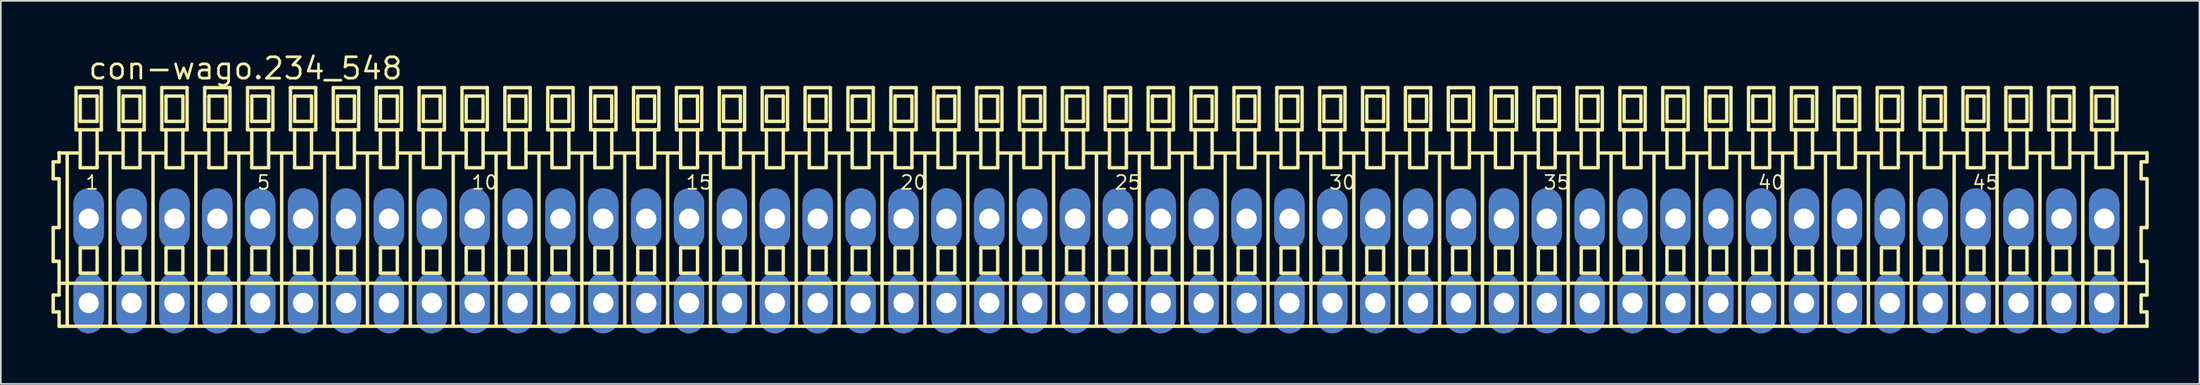
<source format=kicad_pcb>
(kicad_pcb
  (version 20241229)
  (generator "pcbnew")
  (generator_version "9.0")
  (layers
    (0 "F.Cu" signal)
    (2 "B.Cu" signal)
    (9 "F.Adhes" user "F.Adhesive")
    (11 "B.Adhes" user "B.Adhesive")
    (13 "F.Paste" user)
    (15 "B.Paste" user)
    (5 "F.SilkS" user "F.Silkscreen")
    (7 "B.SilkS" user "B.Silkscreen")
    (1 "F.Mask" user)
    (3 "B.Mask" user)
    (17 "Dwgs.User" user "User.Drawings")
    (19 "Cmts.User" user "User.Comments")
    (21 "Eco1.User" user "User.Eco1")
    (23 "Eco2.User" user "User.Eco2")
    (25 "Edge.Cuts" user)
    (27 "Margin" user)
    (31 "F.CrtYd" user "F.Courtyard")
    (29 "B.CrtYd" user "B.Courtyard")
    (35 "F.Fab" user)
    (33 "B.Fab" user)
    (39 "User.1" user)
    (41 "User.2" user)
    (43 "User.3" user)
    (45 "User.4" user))
  (footprint "con-wago.234_548"
    (layer "F.Cu")
    (at 61.892 12.42)
    (property "Reference" "con-wago.234_548" (at -59.79 -10.67 0) (layer "F.SilkS") (effects (font (size 1.27 1.27) (thickness 0.16)) (justify left bottom)))
    (attr through_hole)
    (fp_line (start -61.79 -5.87) (end -61.79 -4.87) (stroke (width 0.203) (type default)) (layer "F.SilkS"))
    (fp_line (start -61.79 -4.87) (end -61.44 -4.87) (stroke (width 0.203) (type default)) (layer "F.SilkS"))
    (fp_line (start -61.79 -1.97) (end -61.79 0.03) (stroke (width 0.203) (type default)) (layer "F.SilkS"))
    (fp_line (start -61.79 0.03) (end -61.44 0.03) (stroke (width 0.203) (type default)) (layer "F.SilkS"))
    (fp_line (start -61.79 2.03) (end -61.79 3.03) (stroke (width 0.203) (type default)) (layer "F.SilkS"))
    (fp_line (start -61.79 3.03) (end -61.44 3.03) (stroke (width 0.203) (type default)) (layer "F.SilkS"))
    (fp_line (start -61.44 -6.42) (end -61.44 -6.395) (stroke (width 0.203) (type default)) (layer "F.SilkS"))
    (fp_line (start -61.44 -6.395) (end -61.44 -5.87) (stroke (width 0.203) (type default)) (layer "F.SilkS"))
    (fp_line (start -61.44 -6.395) (end -60.315 -6.395) (stroke (width 0.203) (type default)) (layer "F.SilkS"))
    (fp_line (start -61.44 -5.87) (end -61.79 -5.87) (stroke (width 0.203) (type default)) (layer "F.SilkS"))
    (fp_line (start -61.44 -4.87) (end -61.44 -1.97) (stroke (width 0.203) (type default)) (layer "F.SilkS"))
    (fp_line (start -61.44 -1.97) (end -61.79 -1.97) (stroke (width 0.203) (type default)) (layer "F.SilkS"))
    (fp_line (start -61.44 0.03) (end -61.44 1.33) (stroke (width 0.203) (type default)) (layer "F.SilkS"))
    (fp_line (start -61.44 1.33) (end -61.44 2.03) (stroke (width 0.203) (type default)) (layer "F.SilkS"))
    (fp_line (start -61.44 1.33) (end 62.223 1.33) (stroke (width 0.203) (type default)) (layer "F.SilkS"))
    (fp_line (start -61.44 2.03) (end -61.79 2.03) (stroke (width 0.203) (type default)) (layer "F.SilkS"))
    (fp_line (start -61.44 3.03) (end -61.44 3.88) (stroke (width 0.203) (type default)) (layer "F.SilkS"))
    (fp_line (start -61.44 3.88) (end 62.223 3.88) (stroke (width 0.203) (type default)) (layer "F.SilkS"))
    (fp_line (start -60.96 3.83) (end -60.96 -6.33) (stroke (width 0.203) (type default)) (layer "F.SilkS"))
    (fp_line (start -60.44 -10.27) (end -60.44 -7.77) (stroke (width 0.203) (type default)) (layer "F.SilkS"))
    (fp_line (start -60.44 -7.77) (end -60.19 -7.77) (stroke (width 0.203) (type default)) (layer "F.SilkS"))
    (fp_line (start -60.19 -9.77) (end -60.19 -8.27) (stroke (width 0.203) (type default)) (layer "F.SilkS"))
    (fp_line (start -60.19 -8.27) (end -59.19 -8.27) (stroke (width 0.203) (type default)) (layer "F.SilkS"))
    (fp_line (start -60.19 -7.77) (end -60.19 -5.52) (stroke (width 0.203) (type default)) (layer "F.SilkS"))
    (fp_line (start -60.19 -7.77) (end -59.19 -7.77) (stroke (width 0.203) (type default)) (layer "F.SilkS"))
    (fp_line (start -60.19 -5.52) (end -59.19 -5.52) (stroke (width 0.203) (type default)) (layer "F.SilkS"))
    (fp_line (start -60.19 -0.77) (end -60.19 0.73) (stroke (width 0.203) (type default)) (layer "F.SilkS"))
    (fp_line (start -60.19 0.73) (end -59.19 0.73) (stroke (width 0.203) (type default)) (layer "F.SilkS"))
    (fp_line (start -59.19 -9.77) (end -60.19 -9.77) (stroke (width 0.203) (type default)) (layer "F.SilkS"))
    (fp_line (start -59.19 -8.27) (end -59.19 -9.77) (stroke (width 0.203) (type default)) (layer "F.SilkS"))
    (fp_line (start -59.19 -7.77) (end -58.94 -7.77) (stroke (width 0.203) (type default)) (layer "F.SilkS"))
    (fp_line (start -59.19 -5.52) (end -59.19 -7.77) (stroke (width 0.203) (type default)) (layer "F.SilkS"))
    (fp_line (start -59.19 -0.77) (end -60.19 -0.77) (stroke (width 0.203) (type default)) (layer "F.SilkS"))
    (fp_line (start -59.19 0.73) (end -59.19 -0.77) (stroke (width 0.203) (type default)) (layer "F.SilkS"))
    (fp_line (start -59.154 -6.395) (end -57.775 -6.395) (stroke (width 0.203) (type default)) (layer "F.SilkS"))
    (fp_line (start -58.94 -10.27) (end -60.44 -10.27) (stroke (width 0.203) (type default)) (layer "F.SilkS"))
    (fp_line (start -58.94 -7.77) (end -58.94 -10.27) (stroke (width 0.203) (type default)) (layer "F.SilkS"))
    (fp_line (start -58.42 3.83) (end -58.42 -6.33) (stroke (width 0.203) (type default)) (layer "F.SilkS"))
    (fp_line (start -57.9 -10.27) (end -57.9 -7.77) (stroke (width 0.203) (type default)) (layer "F.SilkS"))
    (fp_line (start -57.9 -7.77) (end -57.65 -7.77) (stroke (width 0.203) (type default)) (layer "F.SilkS"))
    (fp_line (start -57.65 -9.77) (end -57.65 -8.27) (stroke (width 0.203) (type default)) (layer "F.SilkS"))
    (fp_line (start -57.65 -8.27) (end -56.65 -8.27) (stroke (width 0.203) (type default)) (layer "F.SilkS"))
    (fp_line (start -57.65 -7.77) (end -57.65 -5.52) (stroke (width 0.203) (type default)) (layer "F.SilkS"))
    (fp_line (start -57.65 -7.77) (end -56.65 -7.77) (stroke (width 0.203) (type default)) (layer "F.SilkS"))
    (fp_line (start -57.65 -5.52) (end -56.65 -5.52) (stroke (width 0.203) (type default)) (layer "F.SilkS"))
    (fp_line (start -57.65 -0.77) (end -57.65 0.73) (stroke (width 0.203) (type default)) (layer "F.SilkS"))
    (fp_line (start -57.65 0.73) (end -56.65 0.73) (stroke (width 0.203) (type default)) (layer "F.SilkS"))
    (fp_line (start -56.65 -9.77) (end -57.65 -9.77) (stroke (width 0.203) (type default)) (layer "F.SilkS"))
    (fp_line (start -56.65 -8.27) (end -56.65 -9.77) (stroke (width 0.203) (type default)) (layer "F.SilkS"))
    (fp_line (start -56.65 -7.77) (end -56.4 -7.77) (stroke (width 0.203) (type default)) (layer "F.SilkS"))
    (fp_line (start -56.65 -5.52) (end -56.65 -7.77) (stroke (width 0.203) (type default)) (layer "F.SilkS"))
    (fp_line (start -56.65 -0.77) (end -57.65 -0.77) (stroke (width 0.203) (type default)) (layer "F.SilkS"))
    (fp_line (start -56.65 0.73) (end -56.65 -0.77) (stroke (width 0.203) (type default)) (layer "F.SilkS"))
    (fp_line (start -56.614 -6.395) (end -55.235 -6.395) (stroke (width 0.203) (type default)) (layer "F.SilkS"))
    (fp_line (start -56.4 -10.27) (end -57.9 -10.27) (stroke (width 0.203) (type default)) (layer "F.SilkS"))
    (fp_line (start -56.4 -7.77) (end -56.4 -10.27) (stroke (width 0.203) (type default)) (layer "F.SilkS"))
    (fp_line (start -55.88 3.83) (end -55.88 -6.33) (stroke (width 0.203) (type default)) (layer "F.SilkS"))
    (fp_line (start -55.36 -10.27) (end -55.36 -7.77) (stroke (width 0.203) (type default)) (layer "F.SilkS"))
    (fp_line (start -55.36 -7.77) (end -55.11 -7.77) (stroke (width 0.203) (type default)) (layer "F.SilkS"))
    (fp_line (start -55.11 -9.77) (end -55.11 -8.27) (stroke (width 0.203) (type default)) (layer "F.SilkS"))
    (fp_line (start -55.11 -8.27) (end -54.11 -8.27) (stroke (width 0.203) (type default)) (layer "F.SilkS"))
    (fp_line (start -55.11 -7.77) (end -55.11 -5.52) (stroke (width 0.203) (type default)) (layer "F.SilkS"))
    (fp_line (start -55.11 -7.77) (end -54.11 -7.77) (stroke (width 0.203) (type default)) (layer "F.SilkS"))
    (fp_line (start -55.11 -5.52) (end -54.11 -5.52) (stroke (width 0.203) (type default)) (layer "F.SilkS"))
    (fp_line (start -55.11 -0.77) (end -55.11 0.73) (stroke (width 0.203) (type default)) (layer "F.SilkS"))
    (fp_line (start -55.11 0.73) (end -54.11 0.73) (stroke (width 0.203) (type default)) (layer "F.SilkS"))
    (fp_line (start -54.11 -9.77) (end -55.11 -9.77) (stroke (width 0.203) (type default)) (layer "F.SilkS"))
    (fp_line (start -54.11 -8.27) (end -54.11 -9.77) (stroke (width 0.203) (type default)) (layer "F.SilkS"))
    (fp_line (start -54.11 -7.77) (end -53.86 -7.77) (stroke (width 0.203) (type default)) (layer "F.SilkS"))
    (fp_line (start -54.11 -5.52) (end -54.11 -7.77) (stroke (width 0.203) (type default)) (layer "F.SilkS"))
    (fp_line (start -54.11 -0.77) (end -55.11 -0.77) (stroke (width 0.203) (type default)) (layer "F.SilkS"))
    (fp_line (start -54.11 0.73) (end -54.11 -0.77) (stroke (width 0.203) (type default)) (layer "F.SilkS"))
    (fp_line (start -54.074 -6.395) (end -52.695 -6.395) (stroke (width 0.203) (type default)) (layer "F.SilkS"))
    (fp_line (start -53.86 -10.27) (end -55.36 -10.27) (stroke (width 0.203) (type default)) (layer "F.SilkS"))
    (fp_line (start -53.86 -7.77) (end -53.86 -10.27) (stroke (width 0.203) (type default)) (layer "F.SilkS"))
    (fp_line (start -53.34 3.83) (end -53.34 -6.33) (stroke (width 0.203) (type default)) (layer "F.SilkS"))
    (fp_line (start -52.82 -10.27) (end -52.82 -7.77) (stroke (width 0.203) (type default)) (layer "F.SilkS"))
    (fp_line (start -52.82 -7.77) (end -52.57 -7.77) (stroke (width 0.203) (type default)) (layer "F.SilkS"))
    (fp_line (start -52.57 -9.77) (end -52.57 -8.27) (stroke (width 0.203) (type default)) (layer "F.SilkS"))
    (fp_line (start -52.57 -8.27) (end -51.57 -8.27) (stroke (width 0.203) (type default)) (layer "F.SilkS"))
    (fp_line (start -52.57 -7.77) (end -52.57 -5.52) (stroke (width 0.203) (type default)) (layer "F.SilkS"))
    (fp_line (start -52.57 -7.77) (end -51.57 -7.77) (stroke (width 0.203) (type default)) (layer "F.SilkS"))
    (fp_line (start -52.57 -5.52) (end -51.57 -5.52) (stroke (width 0.203) (type default)) (layer "F.SilkS"))
    (fp_line (start -52.57 -0.77) (end -52.57 0.73) (stroke (width 0.203) (type default)) (layer "F.SilkS"))
    (fp_line (start -52.57 0.73) (end -51.57 0.73) (stroke (width 0.203) (type default)) (layer "F.SilkS"))
    (fp_line (start -51.57 -9.77) (end -52.57 -9.77) (stroke (width 0.203) (type default)) (layer "F.SilkS"))
    (fp_line (start -51.57 -8.27) (end -51.57 -9.77) (stroke (width 0.203) (type default)) (layer "F.SilkS"))
    (fp_line (start -51.57 -7.77) (end -51.32 -7.77) (stroke (width 0.203) (type default)) (layer "F.SilkS"))
    (fp_line (start -51.57 -5.52) (end -51.57 -7.77) (stroke (width 0.203) (type default)) (layer "F.SilkS"))
    (fp_line (start -51.57 -0.77) (end -52.57 -0.77) (stroke (width 0.203) (type default)) (layer "F.SilkS"))
    (fp_line (start -51.57 0.73) (end -51.57 -0.77) (stroke (width 0.203) (type default)) (layer "F.SilkS"))
    (fp_line (start -51.534 -6.395) (end -50.155 -6.395) (stroke (width 0.203) (type default)) (layer "F.SilkS"))
    (fp_line (start -51.32 -10.27) (end -52.82 -10.27) (stroke (width 0.203) (type default)) (layer "F.SilkS"))
    (fp_line (start -51.32 -7.77) (end -51.32 -10.27) (stroke (width 0.203) (type default)) (layer "F.SilkS"))
    (fp_line (start -50.8 3.83) (end -50.8 -6.33) (stroke (width 0.203) (type default)) (layer "F.SilkS"))
    (fp_line (start -50.28 -10.27) (end -50.28 -7.77) (stroke (width 0.203) (type default)) (layer "F.SilkS"))
    (fp_line (start -50.28 -7.77) (end -50.03 -7.77) (stroke (width 0.203) (type default)) (layer "F.SilkS"))
    (fp_line (start -50.03 -9.77) (end -50.03 -8.27) (stroke (width 0.203) (type default)) (layer "F.SilkS"))
    (fp_line (start -50.03 -8.27) (end -49.03 -8.27) (stroke (width 0.203) (type default)) (layer "F.SilkS"))
    (fp_line (start -50.03 -7.77) (end -50.03 -5.52) (stroke (width 0.203) (type default)) (layer "F.SilkS"))
    (fp_line (start -50.03 -7.77) (end -49.03 -7.77) (stroke (width 0.203) (type default)) (layer "F.SilkS"))
    (fp_line (start -50.03 -5.52) (end -49.03 -5.52) (stroke (width 0.203) (type default)) (layer "F.SilkS"))
    (fp_line (start -50.03 -0.77) (end -50.03 0.73) (stroke (width 0.203) (type default)) (layer "F.SilkS"))
    (fp_line (start -50.03 0.73) (end -49.03 0.73) (stroke (width 0.203) (type default)) (layer "F.SilkS"))
    (fp_line (start -49.03 -9.77) (end -50.03 -9.77) (stroke (width 0.203) (type default)) (layer "F.SilkS"))
    (fp_line (start -49.03 -8.27) (end -49.03 -9.77) (stroke (width 0.203) (type default)) (layer "F.SilkS"))
    (fp_line (start -49.03 -7.77) (end -48.78 -7.77) (stroke (width 0.203) (type default)) (layer "F.SilkS"))
    (fp_line (start -49.03 -5.52) (end -49.03 -7.77) (stroke (width 0.203) (type default)) (layer "F.SilkS"))
    (fp_line (start -49.03 -0.77) (end -50.03 -0.77) (stroke (width 0.203) (type default)) (layer "F.SilkS"))
    (fp_line (start -49.03 0.73) (end -49.03 -0.77) (stroke (width 0.203) (type default)) (layer "F.SilkS"))
    (fp_line (start -48.994 -6.395) (end -47.615 -6.395) (stroke (width 0.203) (type default)) (layer "F.SilkS"))
    (fp_line (start -48.78 -10.27) (end -50.28 -10.27) (stroke (width 0.203) (type default)) (layer "F.SilkS"))
    (fp_line (start -48.78 -7.77) (end -48.78 -10.27) (stroke (width 0.203) (type default)) (layer "F.SilkS"))
    (fp_line (start -48.26 3.83) (end -48.26 -6.33) (stroke (width 0.203) (type default)) (layer "F.SilkS"))
    (fp_line (start -47.74 -10.27) (end -47.74 -7.77) (stroke (width 0.203) (type default)) (layer "F.SilkS"))
    (fp_line (start -47.74 -7.77) (end -47.49 -7.77) (stroke (width 0.203) (type default)) (layer "F.SilkS"))
    (fp_line (start -47.49 -9.77) (end -47.49 -8.27) (stroke (width 0.203) (type default)) (layer "F.SilkS"))
    (fp_line (start -47.49 -8.27) (end -46.49 -8.27) (stroke (width 0.203) (type default)) (layer "F.SilkS"))
    (fp_line (start -47.49 -7.77) (end -47.49 -5.52) (stroke (width 0.203) (type default)) (layer "F.SilkS"))
    (fp_line (start -47.49 -7.77) (end -46.49 -7.77) (stroke (width 0.203) (type default)) (layer "F.SilkS"))
    (fp_line (start -47.49 -5.52) (end -46.49 -5.52) (stroke (width 0.203) (type default)) (layer "F.SilkS"))
    (fp_line (start -47.49 -0.77) (end -47.49 0.73) (stroke (width 0.203) (type default)) (layer "F.SilkS"))
    (fp_line (start -47.49 0.73) (end -46.49 0.73) (stroke (width 0.203) (type default)) (layer "F.SilkS"))
    (fp_line (start -46.49 -9.77) (end -47.49 -9.77) (stroke (width 0.203) (type default)) (layer "F.SilkS"))
    (fp_line (start -46.49 -8.27) (end -46.49 -9.77) (stroke (width 0.203) (type default)) (layer "F.SilkS"))
    (fp_line (start -46.49 -7.77) (end -46.24 -7.77) (stroke (width 0.203) (type default)) (layer "F.SilkS"))
    (fp_line (start -46.49 -5.52) (end -46.49 -7.77) (stroke (width 0.203) (type default)) (layer "F.SilkS"))
    (fp_line (start -46.49 -0.77) (end -47.49 -0.77) (stroke (width 0.203) (type default)) (layer "F.SilkS"))
    (fp_line (start -46.49 0.73) (end -46.49 -0.77) (stroke (width 0.203) (type default)) (layer "F.SilkS"))
    (fp_line (start -46.454 -6.395) (end -45.075 -6.395) (stroke (width 0.203) (type default)) (layer "F.SilkS"))
    (fp_line (start -46.24 -10.27) (end -47.74 -10.27) (stroke (width 0.203) (type default)) (layer "F.SilkS"))
    (fp_line (start -46.24 -7.77) (end -46.24 -10.27) (stroke (width 0.203) (type default)) (layer "F.SilkS"))
    (fp_line (start -45.72 3.83) (end -45.72 -6.33) (stroke (width 0.203) (type default)) (layer "F.SilkS"))
    (fp_line (start -45.2 -10.27) (end -45.2 -7.77) (stroke (width 0.203) (type default)) (layer "F.SilkS"))
    (fp_line (start -45.2 -7.77) (end -44.95 -7.77) (stroke (width 0.203) (type default)) (layer "F.SilkS"))
    (fp_line (start -44.95 -9.77) (end -44.95 -8.27) (stroke (width 0.203) (type default)) (layer "F.SilkS"))
    (fp_line (start -44.95 -8.27) (end -43.95 -8.27) (stroke (width 0.203) (type default)) (layer "F.SilkS"))
    (fp_line (start -44.95 -7.77) (end -44.95 -5.52) (stroke (width 0.203) (type default)) (layer "F.SilkS"))
    (fp_line (start -44.95 -7.77) (end -43.95 -7.77) (stroke (width 0.203) (type default)) (layer "F.SilkS"))
    (fp_line (start -44.95 -5.52) (end -43.95 -5.52) (stroke (width 0.203) (type default)) (layer "F.SilkS"))
    (fp_line (start -44.95 -0.77) (end -44.95 0.73) (stroke (width 0.203) (type default)) (layer "F.SilkS"))
    (fp_line (start -44.95 0.73) (end -43.95 0.73) (stroke (width 0.203) (type default)) (layer "F.SilkS"))
    (fp_line (start -43.95 -9.77) (end -44.95 -9.77) (stroke (width 0.203) (type default)) (layer "F.SilkS"))
    (fp_line (start -43.95 -8.27) (end -43.95 -9.77) (stroke (width 0.203) (type default)) (layer "F.SilkS"))
    (fp_line (start -43.95 -7.77) (end -43.7 -7.77) (stroke (width 0.203) (type default)) (layer "F.SilkS"))
    (fp_line (start -43.95 -5.52) (end -43.95 -7.77) (stroke (width 0.203) (type default)) (layer "F.SilkS"))
    (fp_line (start -43.95 -0.77) (end -44.95 -0.77) (stroke (width 0.203) (type default)) (layer "F.SilkS"))
    (fp_line (start -43.95 0.73) (end -43.95 -0.77) (stroke (width 0.203) (type default)) (layer "F.SilkS"))
    (fp_line (start -43.914 -6.395) (end -42.535 -6.395) (stroke (width 0.203) (type default)) (layer "F.SilkS"))
    (fp_line (start -43.7 -10.27) (end -45.2 -10.27) (stroke (width 0.203) (type default)) (layer "F.SilkS"))
    (fp_line (start -43.7 -7.77) (end -43.7 -10.27) (stroke (width 0.203) (type default)) (layer "F.SilkS"))
    (fp_line (start -43.18 3.83) (end -43.18 -6.33) (stroke (width 0.203) (type default)) (layer "F.SilkS"))
    (fp_line (start -42.66 -10.27) (end -42.66 -7.77) (stroke (width 0.203) (type default)) (layer "F.SilkS"))
    (fp_line (start -42.66 -7.77) (end -42.41 -7.77) (stroke (width 0.203) (type default)) (layer "F.SilkS"))
    (fp_line (start -42.41 -9.77) (end -42.41 -8.27) (stroke (width 0.203) (type default)) (layer "F.SilkS"))
    (fp_line (start -42.41 -8.27) (end -41.41 -8.27) (stroke (width 0.203) (type default)) (layer "F.SilkS"))
    (fp_line (start -42.41 -7.77) (end -42.41 -5.52) (stroke (width 0.203) (type default)) (layer "F.SilkS"))
    (fp_line (start -42.41 -7.77) (end -41.41 -7.77) (stroke (width 0.203) (type default)) (layer "F.SilkS"))
    (fp_line (start -42.41 -5.52) (end -41.41 -5.52) (stroke (width 0.203) (type default)) (layer "F.SilkS"))
    (fp_line (start -42.41 -0.77) (end -42.41 0.73) (stroke (width 0.203) (type default)) (layer "F.SilkS"))
    (fp_line (start -42.41 0.73) (end -41.41 0.73) (stroke (width 0.203) (type default)) (layer "F.SilkS"))
    (fp_line (start -41.41 -9.77) (end -42.41 -9.77) (stroke (width 0.203) (type default)) (layer "F.SilkS"))
    (fp_line (start -41.41 -8.27) (end -41.41 -9.77) (stroke (width 0.203) (type default)) (layer "F.SilkS"))
    (fp_line (start -41.41 -7.77) (end -41.16 -7.77) (stroke (width 0.203) (type default)) (layer "F.SilkS"))
    (fp_line (start -41.41 -5.52) (end -41.41 -7.77) (stroke (width 0.203) (type default)) (layer "F.SilkS"))
    (fp_line (start -41.41 -0.77) (end -42.41 -0.77) (stroke (width 0.203) (type default)) (layer "F.SilkS"))
    (fp_line (start -41.41 0.73) (end -41.41 -0.77) (stroke (width 0.203) (type default)) (layer "F.SilkS"))
    (fp_line (start -41.374 -6.395) (end -39.995 -6.395) (stroke (width 0.203) (type default)) (layer "F.SilkS"))
    (fp_line (start -41.16 -10.27) (end -42.66 -10.27) (stroke (width 0.203) (type default)) (layer "F.SilkS"))
    (fp_line (start -41.16 -7.77) (end -41.16 -10.27) (stroke (width 0.203) (type default)) (layer "F.SilkS"))
    (fp_line (start -40.64 3.83) (end -40.64 -6.33) (stroke (width 0.203) (type default)) (layer "F.SilkS"))
    (fp_line (start -40.12 -10.27) (end -40.12 -7.77) (stroke (width 0.203) (type default)) (layer "F.SilkS"))
    (fp_line (start -40.12 -7.77) (end -39.87 -7.77) (stroke (width 0.203) (type default)) (layer "F.SilkS"))
    (fp_line (start -39.87 -9.77) (end -39.87 -8.27) (stroke (width 0.203) (type default)) (layer "F.SilkS"))
    (fp_line (start -39.87 -8.27) (end -38.87 -8.27) (stroke (width 0.203) (type default)) (layer "F.SilkS"))
    (fp_line (start -39.87 -7.77) (end -39.87 -5.52) (stroke (width 0.203) (type default)) (layer "F.SilkS"))
    (fp_line (start -39.87 -7.77) (end -38.87 -7.77) (stroke (width 0.203) (type default)) (layer "F.SilkS"))
    (fp_line (start -39.87 -5.52) (end -38.87 -5.52) (stroke (width 0.203) (type default)) (layer "F.SilkS"))
    (fp_line (start -39.87 -0.77) (end -39.87 0.73) (stroke (width 0.203) (type default)) (layer "F.SilkS"))
    (fp_line (start -39.87 0.73) (end -38.87 0.73) (stroke (width 0.203) (type default)) (layer "F.SilkS"))
    (fp_line (start -38.87 -9.77) (end -39.87 -9.77) (stroke (width 0.203) (type default)) (layer "F.SilkS"))
    (fp_line (start -38.87 -8.27) (end -38.87 -9.77) (stroke (width 0.203) (type default)) (layer "F.SilkS"))
    (fp_line (start -38.87 -7.77) (end -38.62 -7.77) (stroke (width 0.203) (type default)) (layer "F.SilkS"))
    (fp_line (start -38.87 -5.52) (end -38.87 -7.77) (stroke (width 0.203) (type default)) (layer "F.SilkS"))
    (fp_line (start -38.87 -0.77) (end -39.87 -0.77) (stroke (width 0.203) (type default)) (layer "F.SilkS"))
    (fp_line (start -38.87 0.73) (end -38.87 -0.77) (stroke (width 0.203) (type default)) (layer "F.SilkS"))
    (fp_line (start -38.834 -6.395) (end -37.455 -6.395) (stroke (width 0.203) (type default)) (layer "F.SilkS"))
    (fp_line (start -38.62 -10.27) (end -40.12 -10.27) (stroke (width 0.203) (type default)) (layer "F.SilkS"))
    (fp_line (start -38.62 -7.77) (end -38.62 -10.27) (stroke (width 0.203) (type default)) (layer "F.SilkS"))
    (fp_line (start -38.1 3.83) (end -38.1 -6.33) (stroke (width 0.203) (type default)) (layer "F.SilkS"))
    (fp_line (start -37.58 -10.27) (end -37.58 -7.77) (stroke (width 0.203) (type default)) (layer "F.SilkS"))
    (fp_line (start -37.58 -7.77) (end -37.33 -7.77) (stroke (width 0.203) (type default)) (layer "F.SilkS"))
    (fp_line (start -37.33 -9.77) (end -37.33 -8.27) (stroke (width 0.203) (type default)) (layer "F.SilkS"))
    (fp_line (start -37.33 -8.27) (end -36.33 -8.27) (stroke (width 0.203) (type default)) (layer "F.SilkS"))
    (fp_line (start -37.33 -7.77) (end -37.33 -5.52) (stroke (width 0.203) (type default)) (layer "F.SilkS"))
    (fp_line (start -37.33 -7.77) (end -36.33 -7.77) (stroke (width 0.203) (type default)) (layer "F.SilkS"))
    (fp_line (start -37.33 -5.52) (end -36.33 -5.52) (stroke (width 0.203) (type default)) (layer "F.SilkS"))
    (fp_line (start -37.33 -0.77) (end -37.33 0.73) (stroke (width 0.203) (type default)) (layer "F.SilkS"))
    (fp_line (start -37.33 0.73) (end -36.33 0.73) (stroke (width 0.203) (type default)) (layer "F.SilkS"))
    (fp_line (start -36.33 -9.77) (end -37.33 -9.77) (stroke (width 0.203) (type default)) (layer "F.SilkS"))
    (fp_line (start -36.33 -8.27) (end -36.33 -9.77) (stroke (width 0.203) (type default)) (layer "F.SilkS"))
    (fp_line (start -36.33 -7.77) (end -36.08 -7.77) (stroke (width 0.203) (type default)) (layer "F.SilkS"))
    (fp_line (start -36.33 -5.52) (end -36.33 -7.77) (stroke (width 0.203) (type default)) (layer "F.SilkS"))
    (fp_line (start -36.33 -0.77) (end -37.33 -0.77) (stroke (width 0.203) (type default)) (layer "F.SilkS"))
    (fp_line (start -36.33 0.73) (end -36.33 -0.77) (stroke (width 0.203) (type default)) (layer "F.SilkS"))
    (fp_line (start -36.294 -6.395) (end -34.915 -6.395) (stroke (width 0.203) (type default)) (layer "F.SilkS"))
    (fp_line (start -36.08 -10.27) (end -37.58 -10.27) (stroke (width 0.203) (type default)) (layer "F.SilkS"))
    (fp_line (start -36.08 -7.77) (end -36.08 -10.27) (stroke (width 0.203) (type default)) (layer "F.SilkS"))
    (fp_line (start -35.56 3.83) (end -35.56 -6.33) (stroke (width 0.203) (type default)) (layer "F.SilkS"))
    (fp_line (start -35.04 -10.27) (end -35.04 -7.77) (stroke (width 0.203) (type default)) (layer "F.SilkS"))
    (fp_line (start -35.04 -7.77) (end -34.79 -7.77) (stroke (width 0.203) (type default)) (layer "F.SilkS"))
    (fp_line (start -34.79 -9.77) (end -34.79 -8.27) (stroke (width 0.203) (type default)) (layer "F.SilkS"))
    (fp_line (start -34.79 -8.27) (end -33.79 -8.27) (stroke (width 0.203) (type default)) (layer "F.SilkS"))
    (fp_line (start -34.79 -7.77) (end -34.79 -5.52) (stroke (width 0.203) (type default)) (layer "F.SilkS"))
    (fp_line (start -34.79 -7.77) (end -33.79 -7.77) (stroke (width 0.203) (type default)) (layer "F.SilkS"))
    (fp_line (start -34.79 -5.52) (end -33.79 -5.52) (stroke (width 0.203) (type default)) (layer "F.SilkS"))
    (fp_line (start -34.79 -0.77) (end -34.79 0.73) (stroke (width 0.203) (type default)) (layer "F.SilkS"))
    (fp_line (start -34.79 0.73) (end -33.79 0.73) (stroke (width 0.203) (type default)) (layer "F.SilkS"))
    (fp_line (start -33.79 -9.77) (end -34.79 -9.77) (stroke (width 0.203) (type default)) (layer "F.SilkS"))
    (fp_line (start -33.79 -8.27) (end -33.79 -9.77) (stroke (width 0.203) (type default)) (layer "F.SilkS"))
    (fp_line (start -33.79 -7.77) (end -33.54 -7.77) (stroke (width 0.203) (type default)) (layer "F.SilkS"))
    (fp_line (start -33.79 -5.52) (end -33.79 -7.77) (stroke (width 0.203) (type default)) (layer "F.SilkS"))
    (fp_line (start -33.79 -0.77) (end -34.79 -0.77) (stroke (width 0.203) (type default)) (layer "F.SilkS"))
    (fp_line (start -33.79 0.73) (end -33.79 -0.77) (stroke (width 0.203) (type default)) (layer "F.SilkS"))
    (fp_line (start -33.754 -6.395) (end -32.375 -6.395) (stroke (width 0.203) (type default)) (layer "F.SilkS"))
    (fp_line (start -33.54 -10.27) (end -35.04 -10.27) (stroke (width 0.203) (type default)) (layer "F.SilkS"))
    (fp_line (start -33.54 -7.77) (end -33.54 -10.27) (stroke (width 0.203) (type default)) (layer "F.SilkS"))
    (fp_line (start -33.02 3.83) (end -33.02 -6.33) (stroke (width 0.203) (type default)) (layer "F.SilkS"))
    (fp_line (start -32.5 -10.27) (end -32.5 -7.77) (stroke (width 0.203) (type default)) (layer "F.SilkS"))
    (fp_line (start -32.5 -7.77) (end -32.25 -7.77) (stroke (width 0.203) (type default)) (layer "F.SilkS"))
    (fp_line (start -32.25 -9.77) (end -32.25 -8.27) (stroke (width 0.203) (type default)) (layer "F.SilkS"))
    (fp_line (start -32.25 -8.27) (end -31.25 -8.27) (stroke (width 0.203) (type default)) (layer "F.SilkS"))
    (fp_line (start -32.25 -7.77) (end -32.25 -5.52) (stroke (width 0.203) (type default)) (layer "F.SilkS"))
    (fp_line (start -32.25 -7.77) (end -31.25 -7.77) (stroke (width 0.203) (type default)) (layer "F.SilkS"))
    (fp_line (start -32.25 -5.52) (end -31.25 -5.52) (stroke (width 0.203) (type default)) (layer "F.SilkS"))
    (fp_line (start -32.25 -0.77) (end -32.25 0.73) (stroke (width 0.203) (type default)) (layer "F.SilkS"))
    (fp_line (start -32.25 0.73) (end -31.25 0.73) (stroke (width 0.203) (type default)) (layer "F.SilkS"))
    (fp_line (start -31.25 -9.77) (end -32.25 -9.77) (stroke (width 0.203) (type default)) (layer "F.SilkS"))
    (fp_line (start -31.25 -8.27) (end -31.25 -9.77) (stroke (width 0.203) (type default)) (layer "F.SilkS"))
    (fp_line (start -31.25 -7.77) (end -31 -7.77) (stroke (width 0.203) (type default)) (layer "F.SilkS"))
    (fp_line (start -31.25 -5.52) (end -31.25 -7.77) (stroke (width 0.203) (type default)) (layer "F.SilkS"))
    (fp_line (start -31.25 -0.77) (end -32.25 -0.77) (stroke (width 0.203) (type default)) (layer "F.SilkS"))
    (fp_line (start -31.25 0.73) (end -31.25 -0.77) (stroke (width 0.203) (type default)) (layer "F.SilkS"))
    (fp_line (start -31.214 -6.395) (end -29.835 -6.395) (stroke (width 0.203) (type default)) (layer "F.SilkS"))
    (fp_line (start -31 -10.27) (end -32.5 -10.27) (stroke (width 0.203) (type default)) (layer "F.SilkS"))
    (fp_line (start -31 -7.77) (end -31 -10.27) (stroke (width 0.203) (type default)) (layer "F.SilkS"))
    (fp_line (start -30.48 3.83) (end -30.48 -6.33) (stroke (width 0.203) (type default)) (layer "F.SilkS"))
    (fp_line (start -29.96 -10.27) (end -29.96 -7.77) (stroke (width 0.203) (type default)) (layer "F.SilkS"))
    (fp_line (start -29.96 -7.77) (end -29.71 -7.77) (stroke (width 0.203) (type default)) (layer "F.SilkS"))
    (fp_line (start -29.71 -9.77) (end -29.71 -8.27) (stroke (width 0.203) (type default)) (layer "F.SilkS"))
    (fp_line (start -29.71 -8.27) (end -28.71 -8.27) (stroke (width 0.203) (type default)) (layer "F.SilkS"))
    (fp_line (start -29.71 -7.77) (end -29.71 -5.52) (stroke (width 0.203) (type default)) (layer "F.SilkS"))
    (fp_line (start -29.71 -7.77) (end -28.71 -7.77) (stroke (width 0.203) (type default)) (layer "F.SilkS"))
    (fp_line (start -29.71 -5.52) (end -28.71 -5.52) (stroke (width 0.203) (type default)) (layer "F.SilkS"))
    (fp_line (start -29.71 -0.77) (end -29.71 0.73) (stroke (width 0.203) (type default)) (layer "F.SilkS"))
    (fp_line (start -29.71 0.73) (end -28.71 0.73) (stroke (width 0.203) (type default)) (layer "F.SilkS"))
    (fp_line (start -28.71 -9.77) (end -29.71 -9.77) (stroke (width 0.203) (type default)) (layer "F.SilkS"))
    (fp_line (start -28.71 -8.27) (end -28.71 -9.77) (stroke (width 0.203) (type default)) (layer "F.SilkS"))
    (fp_line (start -28.71 -7.77) (end -28.46 -7.77) (stroke (width 0.203) (type default)) (layer "F.SilkS"))
    (fp_line (start -28.71 -5.52) (end -28.71 -7.77) (stroke (width 0.203) (type default)) (layer "F.SilkS"))
    (fp_line (start -28.71 -0.77) (end -29.71 -0.77) (stroke (width 0.203) (type default)) (layer "F.SilkS"))
    (fp_line (start -28.71 0.73) (end -28.71 -0.77) (stroke (width 0.203) (type default)) (layer "F.SilkS"))
    (fp_line (start -28.674 -6.395) (end -27.295 -6.395) (stroke (width 0.203) (type default)) (layer "F.SilkS"))
    (fp_line (start -28.46 -10.27) (end -29.96 -10.27) (stroke (width 0.203) (type default)) (layer "F.SilkS"))
    (fp_line (start -28.46 -7.77) (end -28.46 -10.27) (stroke (width 0.203) (type default)) (layer "F.SilkS"))
    (fp_line (start -27.94 3.83) (end -27.94 -6.33) (stroke (width 0.203) (type default)) (layer "F.SilkS"))
    (fp_line (start -27.42 -10.27) (end -27.42 -7.77) (stroke (width 0.203) (type default)) (layer "F.SilkS"))
    (fp_line (start -27.42 -7.77) (end -27.17 -7.77) (stroke (width 0.203) (type default)) (layer "F.SilkS"))
    (fp_line (start -27.17 -9.77) (end -27.17 -8.27) (stroke (width 0.203) (type default)) (layer "F.SilkS"))
    (fp_line (start -27.17 -8.27) (end -26.17 -8.27) (stroke (width 0.203) (type default)) (layer "F.SilkS"))
    (fp_line (start -27.17 -7.77) (end -27.17 -5.52) (stroke (width 0.203) (type default)) (layer "F.SilkS"))
    (fp_line (start -27.17 -7.77) (end -26.17 -7.77) (stroke (width 0.203) (type default)) (layer "F.SilkS"))
    (fp_line (start -27.17 -5.52) (end -26.17 -5.52) (stroke (width 0.203) (type default)) (layer "F.SilkS"))
    (fp_line (start -27.17 -0.77) (end -27.17 0.73) (stroke (width 0.203) (type default)) (layer "F.SilkS"))
    (fp_line (start -27.17 0.73) (end -26.17 0.73) (stroke (width 0.203) (type default)) (layer "F.SilkS"))
    (fp_line (start -26.17 -9.77) (end -27.17 -9.77) (stroke (width 0.203) (type default)) (layer "F.SilkS"))
    (fp_line (start -26.17 -8.27) (end -26.17 -9.77) (stroke (width 0.203) (type default)) (layer "F.SilkS"))
    (fp_line (start -26.17 -7.77) (end -25.92 -7.77) (stroke (width 0.203) (type default)) (layer "F.SilkS"))
    (fp_line (start -26.17 -5.52) (end -26.17 -7.77) (stroke (width 0.203) (type default)) (layer "F.SilkS"))
    (fp_line (start -26.17 -0.77) (end -27.17 -0.77) (stroke (width 0.203) (type default)) (layer "F.SilkS"))
    (fp_line (start -26.17 0.73) (end -26.17 -0.77) (stroke (width 0.203) (type default)) (layer "F.SilkS"))
    (fp_line (start -26.134 -6.395) (end -24.755 -6.395) (stroke (width 0.203) (type default)) (layer "F.SilkS"))
    (fp_line (start -25.92 -10.27) (end -27.42 -10.27) (stroke (width 0.203) (type default)) (layer "F.SilkS"))
    (fp_line (start -25.92 -7.77) (end -25.92 -10.27) (stroke (width 0.203) (type default)) (layer "F.SilkS"))
    (fp_line (start -25.4 3.83) (end -25.4 -6.33) (stroke (width 0.203) (type default)) (layer "F.SilkS"))
    (fp_line (start -24.88 -10.27) (end -24.88 -7.77) (stroke (width 0.203) (type default)) (layer "F.SilkS"))
    (fp_line (start -24.88 -7.77) (end -24.63 -7.77) (stroke (width 0.203) (type default)) (layer "F.SilkS"))
    (fp_line (start -24.63 -9.77) (end -24.63 -8.27) (stroke (width 0.203) (type default)) (layer "F.SilkS"))
    (fp_line (start -24.63 -8.27) (end -23.63 -8.27) (stroke (width 0.203) (type default)) (layer "F.SilkS"))
    (fp_line (start -24.63 -7.77) (end -24.63 -5.52) (stroke (width 0.203) (type default)) (layer "F.SilkS"))
    (fp_line (start -24.63 -7.77) (end -23.63 -7.77) (stroke (width 0.203) (type default)) (layer "F.SilkS"))
    (fp_line (start -24.63 -5.52) (end -23.63 -5.52) (stroke (width 0.203) (type default)) (layer "F.SilkS"))
    (fp_line (start -24.63 -0.77) (end -24.63 0.73) (stroke (width 0.203) (type default)) (layer "F.SilkS"))
    (fp_line (start -24.63 0.73) (end -23.63 0.73) (stroke (width 0.203) (type default)) (layer "F.SilkS"))
    (fp_line (start -23.63 -9.77) (end -24.63 -9.77) (stroke (width 0.203) (type default)) (layer "F.SilkS"))
    (fp_line (start -23.63 -8.27) (end -23.63 -9.77) (stroke (width 0.203) (type default)) (layer "F.SilkS"))
    (fp_line (start -23.63 -7.77) (end -23.38 -7.77) (stroke (width 0.203) (type default)) (layer "F.SilkS"))
    (fp_line (start -23.63 -5.52) (end -23.63 -7.77) (stroke (width 0.203) (type default)) (layer "F.SilkS"))
    (fp_line (start -23.63 -0.77) (end -24.63 -0.77) (stroke (width 0.203) (type default)) (layer "F.SilkS"))
    (fp_line (start -23.63 0.73) (end -23.63 -0.77) (stroke (width 0.203) (type default)) (layer "F.SilkS"))
    (fp_line (start -23.594 -6.395) (end -22.215 -6.395) (stroke (width 0.203) (type default)) (layer "F.SilkS"))
    (fp_line (start -23.38 -10.27) (end -24.88 -10.27) (stroke (width 0.203) (type default)) (layer "F.SilkS"))
    (fp_line (start -23.38 -7.77) (end -23.38 -10.27) (stroke (width 0.203) (type default)) (layer "F.SilkS"))
    (fp_line (start -22.86 3.83) (end -22.86 -6.33) (stroke (width 0.203) (type default)) (layer "F.SilkS"))
    (fp_line (start -22.34 -10.27) (end -22.34 -7.77) (stroke (width 0.203) (type default)) (layer "F.SilkS"))
    (fp_line (start -22.34 -7.77) (end -22.09 -7.77) (stroke (width 0.203) (type default)) (layer "F.SilkS"))
    (fp_line (start -22.09 -9.77) (end -22.09 -8.27) (stroke (width 0.203) (type default)) (layer "F.SilkS"))
    (fp_line (start -22.09 -8.27) (end -21.09 -8.27) (stroke (width 0.203) (type default)) (layer "F.SilkS"))
    (fp_line (start -22.09 -7.77) (end -22.09 -5.52) (stroke (width 0.203) (type default)) (layer "F.SilkS"))
    (fp_line (start -22.09 -7.77) (end -21.09 -7.77) (stroke (width 0.203) (type default)) (layer "F.SilkS"))
    (fp_line (start -22.09 -5.52) (end -21.09 -5.52) (stroke (width 0.203) (type default)) (layer "F.SilkS"))
    (fp_line (start -22.09 -0.77) (end -22.09 0.73) (stroke (width 0.203) (type default)) (layer "F.SilkS"))
    (fp_line (start -22.09 0.73) (end -21.09 0.73) (stroke (width 0.203) (type default)) (layer "F.SilkS"))
    (fp_line (start -21.09 -9.77) (end -22.09 -9.77) (stroke (width 0.203) (type default)) (layer "F.SilkS"))
    (fp_line (start -21.09 -8.27) (end -21.09 -9.77) (stroke (width 0.203) (type default)) (layer "F.SilkS"))
    (fp_line (start -21.09 -7.77) (end -20.84 -7.77) (stroke (width 0.203) (type default)) (layer "F.SilkS"))
    (fp_line (start -21.09 -5.52) (end -21.09 -7.77) (stroke (width 0.203) (type default)) (layer "F.SilkS"))
    (fp_line (start -21.09 -0.77) (end -22.09 -0.77) (stroke (width 0.203) (type default)) (layer "F.SilkS"))
    (fp_line (start -21.09 0.73) (end -21.09 -0.77) (stroke (width 0.203) (type default)) (layer "F.SilkS"))
    (fp_line (start -21.054 -6.395) (end -19.675 -6.395) (stroke (width 0.203) (type default)) (layer "F.SilkS"))
    (fp_line (start -20.84 -10.27) (end -22.34 -10.27) (stroke (width 0.203) (type default)) (layer "F.SilkS"))
    (fp_line (start -20.84 -7.77) (end -20.84 -10.27) (stroke (width 0.203) (type default)) (layer "F.SilkS"))
    (fp_line (start -20.32 3.83) (end -20.32 -6.33) (stroke (width 0.203) (type default)) (layer "F.SilkS"))
    (fp_line (start -19.8 -10.27) (end -19.8 -7.77) (stroke (width 0.203) (type default)) (layer "F.SilkS"))
    (fp_line (start -19.8 -7.77) (end -19.55 -7.77) (stroke (width 0.203) (type default)) (layer "F.SilkS"))
    (fp_line (start -19.55 -9.77) (end -19.55 -8.27) (stroke (width 0.203) (type default)) (layer "F.SilkS"))
    (fp_line (start -19.55 -8.27) (end -18.55 -8.27) (stroke (width 0.203) (type default)) (layer "F.SilkS"))
    (fp_line (start -19.55 -7.77) (end -19.55 -5.52) (stroke (width 0.203) (type default)) (layer "F.SilkS"))
    (fp_line (start -19.55 -7.77) (end -18.55 -7.77) (stroke (width 0.203) (type default)) (layer "F.SilkS"))
    (fp_line (start -19.55 -5.52) (end -18.55 -5.52) (stroke (width 0.203) (type default)) (layer "F.SilkS"))
    (fp_line (start -19.55 -0.77) (end -19.55 0.73) (stroke (width 0.203) (type default)) (layer "F.SilkS"))
    (fp_line (start -19.55 0.73) (end -18.55 0.73) (stroke (width 0.203) (type default)) (layer "F.SilkS"))
    (fp_line (start -18.55 -9.77) (end -19.55 -9.77) (stroke (width 0.203) (type default)) (layer "F.SilkS"))
    (fp_line (start -18.55 -8.27) (end -18.55 -9.77) (stroke (width 0.203) (type default)) (layer "F.SilkS"))
    (fp_line (start -18.55 -7.77) (end -18.3 -7.77) (stroke (width 0.203) (type default)) (layer "F.SilkS"))
    (fp_line (start -18.55 -5.52) (end -18.55 -7.77) (stroke (width 0.203) (type default)) (layer "F.SilkS"))
    (fp_line (start -18.55 -0.77) (end -19.55 -0.77) (stroke (width 0.203) (type default)) (layer "F.SilkS"))
    (fp_line (start -18.55 0.73) (end -18.55 -0.77) (stroke (width 0.203) (type default)) (layer "F.SilkS"))
    (fp_line (start -18.514 -6.395) (end -17.135 -6.395) (stroke (width 0.203) (type default)) (layer "F.SilkS"))
    (fp_line (start -18.3 -10.27) (end -19.8 -10.27) (stroke (width 0.203) (type default)) (layer "F.SilkS"))
    (fp_line (start -18.3 -7.77) (end -18.3 -10.27) (stroke (width 0.203) (type default)) (layer "F.SilkS"))
    (fp_line (start -17.78 3.83) (end -17.78 -6.33) (stroke (width 0.203) (type default)) (layer "F.SilkS"))
    (fp_line (start -17.26 -10.27) (end -17.26 -7.77) (stroke (width 0.203) (type default)) (layer "F.SilkS"))
    (fp_line (start -17.26 -7.77) (end -17.01 -7.77) (stroke (width 0.203) (type default)) (layer "F.SilkS"))
    (fp_line (start -17.01 -9.77) (end -17.01 -8.27) (stroke (width 0.203) (type default)) (layer "F.SilkS"))
    (fp_line (start -17.01 -8.27) (end -16.01 -8.27) (stroke (width 0.203) (type default)) (layer "F.SilkS"))
    (fp_line (start -17.01 -7.77) (end -17.01 -5.52) (stroke (width 0.203) (type default)) (layer "F.SilkS"))
    (fp_line (start -17.01 -7.77) (end -16.01 -7.77) (stroke (width 0.203) (type default)) (layer "F.SilkS"))
    (fp_line (start -17.01 -5.52) (end -16.01 -5.52) (stroke (width 0.203) (type default)) (layer "F.SilkS"))
    (fp_line (start -17.01 -0.77) (end -17.01 0.73) (stroke (width 0.203) (type default)) (layer "F.SilkS"))
    (fp_line (start -17.01 0.73) (end -16.01 0.73) (stroke (width 0.203) (type default)) (layer "F.SilkS"))
    (fp_line (start -16.01 -9.77) (end -17.01 -9.77) (stroke (width 0.203) (type default)) (layer "F.SilkS"))
    (fp_line (start -16.01 -8.27) (end -16.01 -9.77) (stroke (width 0.203) (type default)) (layer "F.SilkS"))
    (fp_line (start -16.01 -7.77) (end -15.76 -7.77) (stroke (width 0.203) (type default)) (layer "F.SilkS"))
    (fp_line (start -16.01 -5.52) (end -16.01 -7.77) (stroke (width 0.203) (type default)) (layer "F.SilkS"))
    (fp_line (start -16.01 -0.77) (end -17.01 -0.77) (stroke (width 0.203) (type default)) (layer "F.SilkS"))
    (fp_line (start -16.01 0.73) (end -16.01 -0.77) (stroke (width 0.203) (type default)) (layer "F.SilkS"))
    (fp_line (start -15.974 -6.395) (end -14.595 -6.395) (stroke (width 0.203) (type default)) (layer "F.SilkS"))
    (fp_line (start -15.76 -10.27) (end -17.26 -10.27) (stroke (width 0.203) (type default)) (layer "F.SilkS"))
    (fp_line (start -15.76 -7.77) (end -15.76 -10.27) (stroke (width 0.203) (type default)) (layer "F.SilkS"))
    (fp_line (start -15.24 3.83) (end -15.24 -6.33) (stroke (width 0.203) (type default)) (layer "F.SilkS"))
    (fp_line (start -14.72 -10.27) (end -14.72 -7.77) (stroke (width 0.203) (type default)) (layer "F.SilkS"))
    (fp_line (start -14.72 -7.77) (end -14.47 -7.77) (stroke (width 0.203) (type default)) (layer "F.SilkS"))
    (fp_line (start -14.47 -9.77) (end -14.47 -8.27) (stroke (width 0.203) (type default)) (layer "F.SilkS"))
    (fp_line (start -14.47 -8.27) (end -13.47 -8.27) (stroke (width 0.203) (type default)) (layer "F.SilkS"))
    (fp_line (start -14.47 -7.77) (end -14.47 -5.52) (stroke (width 0.203) (type default)) (layer "F.SilkS"))
    (fp_line (start -14.47 -7.77) (end -13.47 -7.77) (stroke (width 0.203) (type default)) (layer "F.SilkS"))
    (fp_line (start -14.47 -5.52) (end -13.47 -5.52) (stroke (width 0.203) (type default)) (layer "F.SilkS"))
    (fp_line (start -14.47 -0.77) (end -14.47 0.73) (stroke (width 0.203) (type default)) (layer "F.SilkS"))
    (fp_line (start -14.47 0.73) (end -13.47 0.73) (stroke (width 0.203) (type default)) (layer "F.SilkS"))
    (fp_line (start -13.47 -9.77) (end -14.47 -9.77) (stroke (width 0.203) (type default)) (layer "F.SilkS"))
    (fp_line (start -13.47 -8.27) (end -13.47 -9.77) (stroke (width 0.203) (type default)) (layer "F.SilkS"))
    (fp_line (start -13.47 -7.77) (end -13.22 -7.77) (stroke (width 0.203) (type default)) (layer "F.SilkS"))
    (fp_line (start -13.47 -5.52) (end -13.47 -7.77) (stroke (width 0.203) (type default)) (layer "F.SilkS"))
    (fp_line (start -13.47 -0.77) (end -14.47 -0.77) (stroke (width 0.203) (type default)) (layer "F.SilkS"))
    (fp_line (start -13.47 0.73) (end -13.47 -0.77) (stroke (width 0.203) (type default)) (layer "F.SilkS"))
    (fp_line (start -13.434 -6.395) (end -12.055 -6.395) (stroke (width 0.203) (type default)) (layer "F.SilkS"))
    (fp_line (start -13.22 -10.27) (end -14.72 -10.27) (stroke (width 0.203) (type default)) (layer "F.SilkS"))
    (fp_line (start -13.22 -7.77) (end -13.22 -10.27) (stroke (width 0.203) (type default)) (layer "F.SilkS"))
    (fp_line (start -12.7 3.83) (end -12.7 -6.33) (stroke (width 0.203) (type default)) (layer "F.SilkS"))
    (fp_line (start -12.18 -10.27) (end -12.18 -7.77) (stroke (width 0.203) (type default)) (layer "F.SilkS"))
    (fp_line (start -12.18 -7.77) (end -11.93 -7.77) (stroke (width 0.203) (type default)) (layer "F.SilkS"))
    (fp_line (start -11.93 -9.77) (end -11.93 -8.27) (stroke (width 0.203) (type default)) (layer "F.SilkS"))
    (fp_line (start -11.93 -8.27) (end -10.93 -8.27) (stroke (width 0.203) (type default)) (layer "F.SilkS"))
    (fp_line (start -11.93 -7.77) (end -11.93 -5.52) (stroke (width 0.203) (type default)) (layer "F.SilkS"))
    (fp_line (start -11.93 -7.77) (end -10.93 -7.77) (stroke (width 0.203) (type default)) (layer "F.SilkS"))
    (fp_line (start -11.93 -5.52) (end -10.93 -5.52) (stroke (width 0.203) (type default)) (layer "F.SilkS"))
    (fp_line (start -11.93 -0.77) (end -11.93 0.73) (stroke (width 0.203) (type default)) (layer "F.SilkS"))
    (fp_line (start -11.93 0.73) (end -10.93 0.73) (stroke (width 0.203) (type default)) (layer "F.SilkS"))
    (fp_line (start -10.93 -9.77) (end -11.93 -9.77) (stroke (width 0.203) (type default)) (layer "F.SilkS"))
    (fp_line (start -10.93 -8.27) (end -10.93 -9.77) (stroke (width 0.203) (type default)) (layer "F.SilkS"))
    (fp_line (start -10.93 -7.77) (end -10.68 -7.77) (stroke (width 0.203) (type default)) (layer "F.SilkS"))
    (fp_line (start -10.93 -5.52) (end -10.93 -7.77) (stroke (width 0.203) (type default)) (layer "F.SilkS"))
    (fp_line (start -10.93 -0.77) (end -11.93 -0.77) (stroke (width 0.203) (type default)) (layer "F.SilkS"))
    (fp_line (start -10.93 0.73) (end -10.93 -0.77) (stroke (width 0.203) (type default)) (layer "F.SilkS"))
    (fp_line (start -10.894 -6.395) (end -9.515 -6.395) (stroke (width 0.203) (type default)) (layer "F.SilkS"))
    (fp_line (start -10.68 -10.27) (end -12.18 -10.27) (stroke (width 0.203) (type default)) (layer "F.SilkS"))
    (fp_line (start -10.68 -7.77) (end -10.68 -10.27) (stroke (width 0.203) (type default)) (layer "F.SilkS"))
    (fp_line (start -10.16 3.83) (end -10.16 -6.33) (stroke (width 0.203) (type default)) (layer "F.SilkS"))
    (fp_line (start -9.64 -10.27) (end -9.64 -7.77) (stroke (width 0.203) (type default)) (layer "F.SilkS"))
    (fp_line (start -9.64 -7.77) (end -9.39 -7.77) (stroke (width 0.203) (type default)) (layer "F.SilkS"))
    (fp_line (start -9.39 -9.77) (end -9.39 -8.27) (stroke (width 0.203) (type default)) (layer "F.SilkS"))
    (fp_line (start -9.39 -8.27) (end -8.39 -8.27) (stroke (width 0.203) (type default)) (layer "F.SilkS"))
    (fp_line (start -9.39 -7.77) (end -9.39 -5.52) (stroke (width 0.203) (type default)) (layer "F.SilkS"))
    (fp_line (start -9.39 -7.77) (end -8.39 -7.77) (stroke (width 0.203) (type default)) (layer "F.SilkS"))
    (fp_line (start -9.39 -5.52) (end -8.39 -5.52) (stroke (width 0.203) (type default)) (layer "F.SilkS"))
    (fp_line (start -9.39 -0.77) (end -9.39 0.73) (stroke (width 0.203) (type default)) (layer "F.SilkS"))
    (fp_line (start -9.39 0.73) (end -8.39 0.73) (stroke (width 0.203) (type default)) (layer "F.SilkS"))
    (fp_line (start -8.39 -9.77) (end -9.39 -9.77) (stroke (width 0.203) (type default)) (layer "F.SilkS"))
    (fp_line (start -8.39 -8.27) (end -8.39 -9.77) (stroke (width 0.203) (type default)) (layer "F.SilkS"))
    (fp_line (start -8.39 -7.77) (end -8.14 -7.77) (stroke (width 0.203) (type default)) (layer "F.SilkS"))
    (fp_line (start -8.39 -5.52) (end -8.39 -7.77) (stroke (width 0.203) (type default)) (layer "F.SilkS"))
    (fp_line (start -8.39 -0.77) (end -9.39 -0.77) (stroke (width 0.203) (type default)) (layer "F.SilkS"))
    (fp_line (start -8.39 0.73) (end -8.39 -0.77) (stroke (width 0.203) (type default)) (layer "F.SilkS"))
    (fp_line (start -8.354 -6.395) (end -6.975 -6.395) (stroke (width 0.203) (type default)) (layer "F.SilkS"))
    (fp_line (start -8.14 -10.27) (end -9.64 -10.27) (stroke (width 0.203) (type default)) (layer "F.SilkS"))
    (fp_line (start -8.14 -7.77) (end -8.14 -10.27) (stroke (width 0.203) (type default)) (layer "F.SilkS"))
    (fp_line (start -7.62 3.83) (end -7.62 -6.33) (stroke (width 0.203) (type default)) (layer "F.SilkS"))
    (fp_line (start -7.1 -10.27) (end -7.1 -7.77) (stroke (width 0.203) (type default)) (layer "F.SilkS"))
    (fp_line (start -7.1 -7.77) (end -6.85 -7.77) (stroke (width 0.203) (type default)) (layer "F.SilkS"))
    (fp_line (start -6.85 -9.77) (end -6.85 -8.27) (stroke (width 0.203) (type default)) (layer "F.SilkS"))
    (fp_line (start -6.85 -8.27) (end -5.85 -8.27) (stroke (width 0.203) (type default)) (layer "F.SilkS"))
    (fp_line (start -6.85 -7.77) (end -6.85 -5.52) (stroke (width 0.203) (type default)) (layer "F.SilkS"))
    (fp_line (start -6.85 -7.77) (end -5.85 -7.77) (stroke (width 0.203) (type default)) (layer "F.SilkS"))
    (fp_line (start -6.85 -5.52) (end -5.85 -5.52) (stroke (width 0.203) (type default)) (layer "F.SilkS"))
    (fp_line (start -6.85 -0.77) (end -6.85 0.73) (stroke (width 0.203) (type default)) (layer "F.SilkS"))
    (fp_line (start -6.85 0.73) (end -5.85 0.73) (stroke (width 0.203) (type default)) (layer "F.SilkS"))
    (fp_line (start -5.85 -9.77) (end -6.85 -9.77) (stroke (width 0.203) (type default)) (layer "F.SilkS"))
    (fp_line (start -5.85 -8.27) (end -5.85 -9.77) (stroke (width 0.203) (type default)) (layer "F.SilkS"))
    (fp_line (start -5.85 -7.77) (end -5.6 -7.77) (stroke (width 0.203) (type default)) (layer "F.SilkS"))
    (fp_line (start -5.85 -5.52) (end -5.85 -7.77) (stroke (width 0.203) (type default)) (layer "F.SilkS"))
    (fp_line (start -5.85 -0.77) (end -6.85 -0.77) (stroke (width 0.203) (type default)) (layer "F.SilkS"))
    (fp_line (start -5.85 0.73) (end -5.85 -0.77) (stroke (width 0.203) (type default)) (layer "F.SilkS"))
    (fp_line (start -5.814 -6.395) (end -4.435 -6.395) (stroke (width 0.203) (type default)) (layer "F.SilkS"))
    (fp_line (start -5.6 -10.27) (end -7.1 -10.27) (stroke (width 0.203) (type default)) (layer "F.SilkS"))
    (fp_line (start -5.6 -7.77) (end -5.6 -10.27) (stroke (width 0.203) (type default)) (layer "F.SilkS"))
    (fp_line (start -5.08 3.83) (end -5.08 -6.33) (stroke (width 0.203) (type default)) (layer "F.SilkS"))
    (fp_line (start -4.56 -10.27) (end -4.56 -7.77) (stroke (width 0.203) (type default)) (layer "F.SilkS"))
    (fp_line (start -4.56 -7.77) (end -4.31 -7.77) (stroke (width 0.203) (type default)) (layer "F.SilkS"))
    (fp_line (start -4.31 -9.77) (end -4.31 -8.27) (stroke (width 0.203) (type default)) (layer "F.SilkS"))
    (fp_line (start -4.31 -8.27) (end -3.31 -8.27) (stroke (width 0.203) (type default)) (layer "F.SilkS"))
    (fp_line (start -4.31 -7.77) (end -4.31 -5.52) (stroke (width 0.203) (type default)) (layer "F.SilkS"))
    (fp_line (start -4.31 -7.77) (end -3.31 -7.77) (stroke (width 0.203) (type default)) (layer "F.SilkS"))
    (fp_line (start -4.31 -5.52) (end -3.31 -5.52) (stroke (width 0.203) (type default)) (layer "F.SilkS"))
    (fp_line (start -4.31 -0.77) (end -4.31 0.73) (stroke (width 0.203) (type default)) (layer "F.SilkS"))
    (fp_line (start -4.31 0.73) (end -3.31 0.73) (stroke (width 0.203) (type default)) (layer "F.SilkS"))
    (fp_line (start -3.31 -9.77) (end -4.31 -9.77) (stroke (width 0.203) (type default)) (layer "F.SilkS"))
    (fp_line (start -3.31 -8.27) (end -3.31 -9.77) (stroke (width 0.203) (type default)) (layer "F.SilkS"))
    (fp_line (start -3.31 -7.77) (end -3.06 -7.77) (stroke (width 0.203) (type default)) (layer "F.SilkS"))
    (fp_line (start -3.31 -5.52) (end -3.31 -7.77) (stroke (width 0.203) (type default)) (layer "F.SilkS"))
    (fp_line (start -3.31 -0.77) (end -4.31 -0.77) (stroke (width 0.203) (type default)) (layer "F.SilkS"))
    (fp_line (start -3.31 0.73) (end -3.31 -0.77) (stroke (width 0.203) (type default)) (layer "F.SilkS"))
    (fp_line (start -3.274 -6.395) (end -1.895 -6.395) (stroke (width 0.203) (type default)) (layer "F.SilkS"))
    (fp_line (start -3.06 -10.27) (end -4.56 -10.27) (stroke (width 0.203) (type default)) (layer "F.SilkS"))
    (fp_line (start -3.06 -7.77) (end -3.06 -10.27) (stroke (width 0.203) (type default)) (layer "F.SilkS"))
    (fp_line (start -2.54 3.83) (end -2.54 -6.33) (stroke (width 0.203) (type default)) (layer "F.SilkS"))
    (fp_line (start -2.02 -10.27) (end -2.02 -7.77) (stroke (width 0.203) (type default)) (layer "F.SilkS"))
    (fp_line (start -2.02 -7.77) (end -1.77 -7.77) (stroke (width 0.203) (type default)) (layer "F.SilkS"))
    (fp_line (start -1.77 -9.77) (end -1.77 -8.27) (stroke (width 0.203) (type default)) (layer "F.SilkS"))
    (fp_line (start -1.77 -8.27) (end -0.77 -8.27) (stroke (width 0.203) (type default)) (layer "F.SilkS"))
    (fp_line (start -1.77 -7.77) (end -1.77 -5.52) (stroke (width 0.203) (type default)) (layer "F.SilkS"))
    (fp_line (start -1.77 -7.77) (end -0.77 -7.77) (stroke (width 0.203) (type default)) (layer "F.SilkS"))
    (fp_line (start -1.77 -5.52) (end -0.77 -5.52) (stroke (width 0.203) (type default)) (layer "F.SilkS"))
    (fp_line (start -1.77 -0.77) (end -1.77 0.73) (stroke (width 0.203) (type default)) (layer "F.SilkS"))
    (fp_line (start -1.77 0.73) (end -0.77 0.73) (stroke (width 0.203) (type default)) (layer "F.SilkS"))
    (fp_line (start -0.77 -9.77) (end -1.77 -9.77) (stroke (width 0.203) (type default)) (layer "F.SilkS"))
    (fp_line (start -0.77 -8.27) (end -0.77 -9.77) (stroke (width 0.203) (type default)) (layer "F.SilkS"))
    (fp_line (start -0.77 -7.77) (end -0.52 -7.77) (stroke (width 0.203) (type default)) (layer "F.SilkS"))
    (fp_line (start -0.77 -5.52) (end -0.77 -7.77) (stroke (width 0.203) (type default)) (layer "F.SilkS"))
    (fp_line (start -0.77 -0.77) (end -1.77 -0.77) (stroke (width 0.203) (type default)) (layer "F.SilkS"))
    (fp_line (start -0.77 0.73) (end -0.77 -0.77) (stroke (width 0.203) (type default)) (layer "F.SilkS"))
    (fp_line (start -0.734 -6.395) (end 0.645 -6.395) (stroke (width 0.203) (type default)) (layer "F.SilkS"))
    (fp_line (start -0.52 -10.27) (end -2.02 -10.27) (stroke (width 0.203) (type default)) (layer "F.SilkS"))
    (fp_line (start -0.52 -7.77) (end -0.52 -10.27) (stroke (width 0.203) (type default)) (layer "F.SilkS"))
    (fp_line (start 0 3.83) (end 0 -6.33) (stroke (width 0.203) (type default)) (layer "F.SilkS"))
    (fp_line (start 0.52 -10.27) (end 0.52 -7.77) (stroke (width 0.203) (type default)) (layer "F.SilkS"))
    (fp_line (start 0.52 -7.77) (end 0.77 -7.77) (stroke (width 0.203) (type default)) (layer "F.SilkS"))
    (fp_line (start 0.77 -9.77) (end 0.77 -8.27) (stroke (width 0.203) (type default)) (layer "F.SilkS"))
    (fp_line (start 0.77 -8.27) (end 1.77 -8.27) (stroke (width 0.203) (type default)) (layer "F.SilkS"))
    (fp_line (start 0.77 -7.77) (end 0.77 -5.52) (stroke (width 0.203) (type default)) (layer "F.SilkS"))
    (fp_line (start 0.77 -7.77) (end 1.77 -7.77) (stroke (width 0.203) (type default)) (layer "F.SilkS"))
    (fp_line (start 0.77 -5.52) (end 1.77 -5.52) (stroke (width 0.203) (type default)) (layer "F.SilkS"))
    (fp_line (start 0.77 -0.77) (end 0.77 0.73) (stroke (width 0.203) (type default)) (layer "F.SilkS"))
    (fp_line (start 0.77 0.73) (end 1.77 0.73) (stroke (width 0.203) (type default)) (layer "F.SilkS"))
    (fp_line (start 1.77 -9.77) (end 0.77 -9.77) (stroke (width 0.203) (type default)) (layer "F.SilkS"))
    (fp_line (start 1.77 -8.27) (end 1.77 -9.77) (stroke (width 0.203) (type default)) (layer "F.SilkS"))
    (fp_line (start 1.77 -7.77) (end 2.02 -7.77) (stroke (width 0.203) (type default)) (layer "F.SilkS"))
    (fp_line (start 1.77 -5.52) (end 1.77 -7.77) (stroke (width 0.203) (type default)) (layer "F.SilkS"))
    (fp_line (start 1.77 -0.77) (end 0.77 -0.77) (stroke (width 0.203) (type default)) (layer "F.SilkS"))
    (fp_line (start 1.77 0.73) (end 1.77 -0.77) (stroke (width 0.203) (type default)) (layer "F.SilkS"))
    (fp_line (start 1.806 -6.395) (end 3.185 -6.395) (stroke (width 0.203) (type default)) (layer "F.SilkS"))
    (fp_line (start 2.02 -10.27) (end 0.52 -10.27) (stroke (width 0.203) (type default)) (layer "F.SilkS"))
    (fp_line (start 2.02 -7.77) (end 2.02 -10.27) (stroke (width 0.203) (type default)) (layer "F.SilkS"))
    (fp_line (start 2.54 3.83) (end 2.54 -6.33) (stroke (width 0.203) (type default)) (layer "F.SilkS"))
    (fp_line (start 3.06 -10.27) (end 3.06 -7.77) (stroke (width 0.203) (type default)) (layer "F.SilkS"))
    (fp_line (start 3.06 -7.77) (end 3.31 -7.77) (stroke (width 0.203) (type default)) (layer "F.SilkS"))
    (fp_line (start 3.31 -9.77) (end 3.31 -8.27) (stroke (width 0.203) (type default)) (layer "F.SilkS"))
    (fp_line (start 3.31 -8.27) (end 4.31 -8.27) (stroke (width 0.203) (type default)) (layer "F.SilkS"))
    (fp_line (start 3.31 -7.77) (end 3.31 -5.52) (stroke (width 0.203) (type default)) (layer "F.SilkS"))
    (fp_line (start 3.31 -7.77) (end 4.31 -7.77) (stroke (width 0.203) (type default)) (layer "F.SilkS"))
    (fp_line (start 3.31 -5.52) (end 4.31 -5.52) (stroke (width 0.203) (type default)) (layer "F.SilkS"))
    (fp_line (start 3.31 -0.77) (end 3.31 0.73) (stroke (width 0.203) (type default)) (layer "F.SilkS"))
    (fp_line (start 3.31 0.73) (end 4.31 0.73) (stroke (width 0.203) (type default)) (layer "F.SilkS"))
    (fp_line (start 4.31 -9.77) (end 3.31 -9.77) (stroke (width 0.203) (type default)) (layer "F.SilkS"))
    (fp_line (start 4.31 -8.27) (end 4.31 -9.77) (stroke (width 0.203) (type default)) (layer "F.SilkS"))
    (fp_line (start 4.31 -7.77) (end 4.56 -7.77) (stroke (width 0.203) (type default)) (layer "F.SilkS"))
    (fp_line (start 4.31 -5.52) (end 4.31 -7.77) (stroke (width 0.203) (type default)) (layer "F.SilkS"))
    (fp_line (start 4.31 -0.77) (end 3.31 -0.77) (stroke (width 0.203) (type default)) (layer "F.SilkS"))
    (fp_line (start 4.31 0.73) (end 4.31 -0.77) (stroke (width 0.203) (type default)) (layer "F.SilkS"))
    (fp_line (start 4.346 -6.395) (end 5.725 -6.395) (stroke (width 0.203) (type default)) (layer "F.SilkS"))
    (fp_line (start 4.56 -10.27) (end 3.06 -10.27) (stroke (width 0.203) (type default)) (layer "F.SilkS"))
    (fp_line (start 4.56 -7.77) (end 4.56 -10.27) (stroke (width 0.203) (type default)) (layer "F.SilkS"))
    (fp_line (start 5.08 3.83) (end 5.08 -6.33) (stroke (width 0.203) (type default)) (layer "F.SilkS"))
    (fp_line (start 5.6 -10.27) (end 5.6 -7.77) (stroke (width 0.203) (type default)) (layer "F.SilkS"))
    (fp_line (start 5.6 -7.77) (end 5.85 -7.77) (stroke (width 0.203) (type default)) (layer "F.SilkS"))
    (fp_line (start 5.85 -9.77) (end 5.85 -8.27) (stroke (width 0.203) (type default)) (layer "F.SilkS"))
    (fp_line (start 5.85 -8.27) (end 6.85 -8.27) (stroke (width 0.203) (type default)) (layer "F.SilkS"))
    (fp_line (start 5.85 -7.77) (end 5.85 -5.52) (stroke (width 0.203) (type default)) (layer "F.SilkS"))
    (fp_line (start 5.85 -7.77) (end 6.85 -7.77) (stroke (width 0.203) (type default)) (layer "F.SilkS"))
    (fp_line (start 5.85 -5.52) (end 6.85 -5.52) (stroke (width 0.203) (type default)) (layer "F.SilkS"))
    (fp_line (start 5.85 -0.77) (end 5.85 0.73) (stroke (width 0.203) (type default)) (layer "F.SilkS"))
    (fp_line (start 5.85 0.73) (end 6.85 0.73) (stroke (width 0.203) (type default)) (layer "F.SilkS"))
    (fp_line (start 6.85 -9.77) (end 5.85 -9.77) (stroke (width 0.203) (type default)) (layer "F.SilkS"))
    (fp_line (start 6.85 -8.27) (end 6.85 -9.77) (stroke (width 0.203) (type default)) (layer "F.SilkS"))
    (fp_line (start 6.85 -7.77) (end 7.1 -7.77) (stroke (width 0.203) (type default)) (layer "F.SilkS"))
    (fp_line (start 6.85 -5.52) (end 6.85 -7.77) (stroke (width 0.203) (type default)) (layer "F.SilkS"))
    (fp_line (start 6.85 -0.77) (end 5.85 -0.77) (stroke (width 0.203) (type default)) (layer "F.SilkS"))
    (fp_line (start 6.85 0.73) (end 6.85 -0.77) (stroke (width 0.203) (type default)) (layer "F.SilkS"))
    (fp_line (start 6.886 -6.395) (end 8.265 -6.395) (stroke (width 0.203) (type default)) (layer "F.SilkS"))
    (fp_line (start 7.1 -10.27) (end 5.6 -10.27) (stroke (width 0.203) (type default)) (layer "F.SilkS"))
    (fp_line (start 7.1 -7.77) (end 7.1 -10.27) (stroke (width 0.203) (type default)) (layer "F.SilkS"))
    (fp_line (start 7.62 3.83) (end 7.62 -6.33) (stroke (width 0.203) (type default)) (layer "F.SilkS"))
    (fp_line (start 8.14 -10.27) (end 8.14 -7.77) (stroke (width 0.203) (type default)) (layer "F.SilkS"))
    (fp_line (start 8.14 -7.77) (end 8.39 -7.77) (stroke (width 0.203) (type default)) (layer "F.SilkS"))
    (fp_line (start 8.39 -9.77) (end 8.39 -8.27) (stroke (width 0.203) (type default)) (layer "F.SilkS"))
    (fp_line (start 8.39 -8.27) (end 9.39 -8.27) (stroke (width 0.203) (type default)) (layer "F.SilkS"))
    (fp_line (start 8.39 -7.77) (end 8.39 -5.52) (stroke (width 0.203) (type default)) (layer "F.SilkS"))
    (fp_line (start 8.39 -7.77) (end 9.39 -7.77) (stroke (width 0.203) (type default)) (layer "F.SilkS"))
    (fp_line (start 8.39 -5.52) (end 9.39 -5.52) (stroke (width 0.203) (type default)) (layer "F.SilkS"))
    (fp_line (start 8.39 -0.77) (end 8.39 0.73) (stroke (width 0.203) (type default)) (layer "F.SilkS"))
    (fp_line (start 8.39 0.73) (end 9.39 0.73) (stroke (width 0.203) (type default)) (layer "F.SilkS"))
    (fp_line (start 9.39 -9.77) (end 8.39 -9.77) (stroke (width 0.203) (type default)) (layer "F.SilkS"))
    (fp_line (start 9.39 -8.27) (end 9.39 -9.77) (stroke (width 0.203) (type default)) (layer "F.SilkS"))
    (fp_line (start 9.39 -7.77) (end 9.64 -7.77) (stroke (width 0.203) (type default)) (layer "F.SilkS"))
    (fp_line (start 9.39 -5.52) (end 9.39 -7.77) (stroke (width 0.203) (type default)) (layer "F.SilkS"))
    (fp_line (start 9.39 -0.77) (end 8.39 -0.77) (stroke (width 0.203) (type default)) (layer "F.SilkS"))
    (fp_line (start 9.39 0.73) (end 9.39 -0.77) (stroke (width 0.203) (type default)) (layer "F.SilkS"))
    (fp_line (start 9.426 -6.395) (end 10.805 -6.395) (stroke (width 0.203) (type default)) (layer "F.SilkS"))
    (fp_line (start 9.64 -10.27) (end 8.14 -10.27) (stroke (width 0.203) (type default)) (layer "F.SilkS"))
    (fp_line (start 9.64 -7.77) (end 9.64 -10.27) (stroke (width 0.203) (type default)) (layer "F.SilkS"))
    (fp_line (start 10.16 3.83) (end 10.16 -6.33) (stroke (width 0.203) (type default)) (layer "F.SilkS"))
    (fp_line (start 10.68 -10.27) (end 10.68 -7.77) (stroke (width 0.203) (type default)) (layer "F.SilkS"))
    (fp_line (start 10.68 -7.77) (end 10.93 -7.77) (stroke (width 0.203) (type default)) (layer "F.SilkS"))
    (fp_line (start 10.93 -9.77) (end 10.93 -8.27) (stroke (width 0.203) (type default)) (layer "F.SilkS"))
    (fp_line (start 10.93 -8.27) (end 11.93 -8.27) (stroke (width 0.203) (type default)) (layer "F.SilkS"))
    (fp_line (start 10.93 -7.77) (end 10.93 -5.52) (stroke (width 0.203) (type default)) (layer "F.SilkS"))
    (fp_line (start 10.93 -7.77) (end 11.93 -7.77) (stroke (width 0.203) (type default)) (layer "F.SilkS"))
    (fp_line (start 10.93 -5.52) (end 11.93 -5.52) (stroke (width 0.203) (type default)) (layer "F.SilkS"))
    (fp_line (start 10.93 -0.77) (end 10.93 0.73) (stroke (width 0.203) (type default)) (layer "F.SilkS"))
    (fp_line (start 10.93 0.73) (end 11.93 0.73) (stroke (width 0.203) (type default)) (layer "F.SilkS"))
    (fp_line (start 11.93 -9.77) (end 10.93 -9.77) (stroke (width 0.203) (type default)) (layer "F.SilkS"))
    (fp_line (start 11.93 -8.27) (end 11.93 -9.77) (stroke (width 0.203) (type default)) (layer "F.SilkS"))
    (fp_line (start 11.93 -7.77) (end 12.18 -7.77) (stroke (width 0.203) (type default)) (layer "F.SilkS"))
    (fp_line (start 11.93 -5.52) (end 11.93 -7.77) (stroke (width 0.203) (type default)) (layer "F.SilkS"))
    (fp_line (start 11.93 -0.77) (end 10.93 -0.77) (stroke (width 0.203) (type default)) (layer "F.SilkS"))
    (fp_line (start 11.93 0.73) (end 11.93 -0.77) (stroke (width 0.203) (type default)) (layer "F.SilkS"))
    (fp_line (start 11.966 -6.395) (end 13.345 -6.395) (stroke (width 0.203) (type default)) (layer "F.SilkS"))
    (fp_line (start 12.18 -10.27) (end 10.68 -10.27) (stroke (width 0.203) (type default)) (layer "F.SilkS"))
    (fp_line (start 12.18 -7.77) (end 12.18 -10.27) (stroke (width 0.203) (type default)) (layer "F.SilkS"))
    (fp_line (start 12.7 3.83) (end 12.7 -6.33) (stroke (width 0.203) (type default)) (layer "F.SilkS"))
    (fp_line (start 13.22 -10.27) (end 13.22 -7.77) (stroke (width 0.203) (type default)) (layer "F.SilkS"))
    (fp_line (start 13.22 -7.77) (end 13.47 -7.77) (stroke (width 0.203) (type default)) (layer "F.SilkS"))
    (fp_line (start 13.47 -9.77) (end 13.47 -8.27) (stroke (width 0.203) (type default)) (layer "F.SilkS"))
    (fp_line (start 13.47 -8.27) (end 14.47 -8.27) (stroke (width 0.203) (type default)) (layer "F.SilkS"))
    (fp_line (start 13.47 -7.77) (end 13.47 -5.52) (stroke (width 0.203) (type default)) (layer "F.SilkS"))
    (fp_line (start 13.47 -7.77) (end 14.47 -7.77) (stroke (width 0.203) (type default)) (layer "F.SilkS"))
    (fp_line (start 13.47 -5.52) (end 14.47 -5.52) (stroke (width 0.203) (type default)) (layer "F.SilkS"))
    (fp_line (start 13.47 -0.77) (end 13.47 0.73) (stroke (width 0.203) (type default)) (layer "F.SilkS"))
    (fp_line (start 13.47 0.73) (end 14.47 0.73) (stroke (width 0.203) (type default)) (layer "F.SilkS"))
    (fp_line (start 14.47 -9.77) (end 13.47 -9.77) (stroke (width 0.203) (type default)) (layer "F.SilkS"))
    (fp_line (start 14.47 -8.27) (end 14.47 -9.77) (stroke (width 0.203) (type default)) (layer "F.SilkS"))
    (fp_line (start 14.47 -7.77) (end 14.72 -7.77) (stroke (width 0.203) (type default)) (layer "F.SilkS"))
    (fp_line (start 14.47 -5.52) (end 14.47 -7.77) (stroke (width 0.203) (type default)) (layer "F.SilkS"))
    (fp_line (start 14.47 -0.77) (end 13.47 -0.77) (stroke (width 0.203) (type default)) (layer "F.SilkS"))
    (fp_line (start 14.47 0.73) (end 14.47 -0.77) (stroke (width 0.203) (type default)) (layer "F.SilkS"))
    (fp_line (start 14.506 -6.395) (end 15.885 -6.395) (stroke (width 0.203) (type default)) (layer "F.SilkS"))
    (fp_line (start 14.72 -10.27) (end 13.22 -10.27) (stroke (width 0.203) (type default)) (layer "F.SilkS"))
    (fp_line (start 14.72 -7.77) (end 14.72 -10.27) (stroke (width 0.203) (type default)) (layer "F.SilkS"))
    (fp_line (start 15.24 3.83) (end 15.24 -6.33) (stroke (width 0.203) (type default)) (layer "F.SilkS"))
    (fp_line (start 15.76 -10.27) (end 15.76 -7.77) (stroke (width 0.203) (type default)) (layer "F.SilkS"))
    (fp_line (start 15.76 -7.77) (end 16.01 -7.77) (stroke (width 0.203) (type default)) (layer "F.SilkS"))
    (fp_line (start 16.01 -9.77) (end 16.01 -8.27) (stroke (width 0.203) (type default)) (layer "F.SilkS"))
    (fp_line (start 16.01 -8.27) (end 17.01 -8.27) (stroke (width 0.203) (type default)) (layer "F.SilkS"))
    (fp_line (start 16.01 -7.77) (end 16.01 -5.52) (stroke (width 0.203) (type default)) (layer "F.SilkS"))
    (fp_line (start 16.01 -7.77) (end 17.01 -7.77) (stroke (width 0.203) (type default)) (layer "F.SilkS"))
    (fp_line (start 16.01 -5.52) (end 17.01 -5.52) (stroke (width 0.203) (type default)) (layer "F.SilkS"))
    (fp_line (start 16.01 -0.77) (end 16.01 0.73) (stroke (width 0.203) (type default)) (layer "F.SilkS"))
    (fp_line (start 16.01 0.73) (end 17.01 0.73) (stroke (width 0.203) (type default)) (layer "F.SilkS"))
    (fp_line (start 17.01 -9.77) (end 16.01 -9.77) (stroke (width 0.203) (type default)) (layer "F.SilkS"))
    (fp_line (start 17.01 -8.27) (end 17.01 -9.77) (stroke (width 0.203) (type default)) (layer "F.SilkS"))
    (fp_line (start 17.01 -7.77) (end 17.26 -7.77) (stroke (width 0.203) (type default)) (layer "F.SilkS"))
    (fp_line (start 17.01 -5.52) (end 17.01 -7.77) (stroke (width 0.203) (type default)) (layer "F.SilkS"))
    (fp_line (start 17.01 -0.77) (end 16.01 -0.77) (stroke (width 0.203) (type default)) (layer "F.SilkS"))
    (fp_line (start 17.01 0.73) (end 17.01 -0.77) (stroke (width 0.203) (type default)) (layer "F.SilkS"))
    (fp_line (start 17.046 -6.395) (end 18.425 -6.395) (stroke (width 0.203) (type default)) (layer "F.SilkS"))
    (fp_line (start 17.26 -10.27) (end 15.76 -10.27) (stroke (width 0.203) (type default)) (layer "F.SilkS"))
    (fp_line (start 17.26 -7.77) (end 17.26 -10.27) (stroke (width 0.203) (type default)) (layer "F.SilkS"))
    (fp_line (start 17.78 3.83) (end 17.78 -6.33) (stroke (width 0.203) (type default)) (layer "F.SilkS"))
    (fp_line (start 18.3 -10.27) (end 18.3 -7.77) (stroke (width 0.203) (type default)) (layer "F.SilkS"))
    (fp_line (start 18.3 -7.77) (end 18.55 -7.77) (stroke (width 0.203) (type default)) (layer "F.SilkS"))
    (fp_line (start 18.55 -9.77) (end 18.55 -8.27) (stroke (width 0.203) (type default)) (layer "F.SilkS"))
    (fp_line (start 18.55 -8.27) (end 19.55 -8.27) (stroke (width 0.203) (type default)) (layer "F.SilkS"))
    (fp_line (start 18.55 -7.77) (end 18.55 -5.52) (stroke (width 0.203) (type default)) (layer "F.SilkS"))
    (fp_line (start 18.55 -7.77) (end 19.55 -7.77) (stroke (width 0.203) (type default)) (layer "F.SilkS"))
    (fp_line (start 18.55 -5.52) (end 19.55 -5.52) (stroke (width 0.203) (type default)) (layer "F.SilkS"))
    (fp_line (start 18.55 -0.77) (end 18.55 0.73) (stroke (width 0.203) (type default)) (layer "F.SilkS"))
    (fp_line (start 18.55 0.73) (end 19.55 0.73) (stroke (width 0.203) (type default)) (layer "F.SilkS"))
    (fp_line (start 19.55 -9.77) (end 18.55 -9.77) (stroke (width 0.203) (type default)) (layer "F.SilkS"))
    (fp_line (start 19.55 -8.27) (end 19.55 -9.77) (stroke (width 0.203) (type default)) (layer "F.SilkS"))
    (fp_line (start 19.55 -7.77) (end 19.8 -7.77) (stroke (width 0.203) (type default)) (layer "F.SilkS"))
    (fp_line (start 19.55 -5.52) (end 19.55 -7.77) (stroke (width 0.203) (type default)) (layer "F.SilkS"))
    (fp_line (start 19.55 -0.77) (end 18.55 -0.77) (stroke (width 0.203) (type default)) (layer "F.SilkS"))
    (fp_line (start 19.55 0.73) (end 19.55 -0.77) (stroke (width 0.203) (type default)) (layer "F.SilkS"))
    (fp_line (start 19.586 -6.395) (end 20.965 -6.395) (stroke (width 0.203) (type default)) (layer "F.SilkS"))
    (fp_line (start 19.8 -10.27) (end 18.3 -10.27) (stroke (width 0.203) (type default)) (layer "F.SilkS"))
    (fp_line (start 19.8 -7.77) (end 19.8 -10.27) (stroke (width 0.203) (type default)) (layer "F.SilkS"))
    (fp_line (start 20.32 3.83) (end 20.32 -6.33) (stroke (width 0.203) (type default)) (layer "F.SilkS"))
    (fp_line (start 20.84 -10.27) (end 20.84 -7.77) (stroke (width 0.203) (type default)) (layer "F.SilkS"))
    (fp_line (start 20.84 -7.77) (end 21.09 -7.77) (stroke (width 0.203) (type default)) (layer "F.SilkS"))
    (fp_line (start 21.09 -9.77) (end 21.09 -8.27) (stroke (width 0.203) (type default)) (layer "F.SilkS"))
    (fp_line (start 21.09 -8.27) (end 22.09 -8.27) (stroke (width 0.203) (type default)) (layer "F.SilkS"))
    (fp_line (start 21.09 -7.77) (end 21.09 -5.52) (stroke (width 0.203) (type default)) (layer "F.SilkS"))
    (fp_line (start 21.09 -7.77) (end 22.09 -7.77) (stroke (width 0.203) (type default)) (layer "F.SilkS"))
    (fp_line (start 21.09 -5.52) (end 22.09 -5.52) (stroke (width 0.203) (type default)) (layer "F.SilkS"))
    (fp_line (start 21.09 -0.77) (end 21.09 0.73) (stroke (width 0.203) (type default)) (layer "F.SilkS"))
    (fp_line (start 21.09 0.73) (end 22.09 0.73) (stroke (width 0.203) (type default)) (layer "F.SilkS"))
    (fp_line (start 22.09 -9.77) (end 21.09 -9.77) (stroke (width 0.203) (type default)) (layer "F.SilkS"))
    (fp_line (start 22.09 -8.27) (end 22.09 -9.77) (stroke (width 0.203) (type default)) (layer "F.SilkS"))
    (fp_line (start 22.09 -7.77) (end 22.34 -7.77) (stroke (width 0.203) (type default)) (layer "F.SilkS"))
    (fp_line (start 22.09 -5.52) (end 22.09 -7.77) (stroke (width 0.203) (type default)) (layer "F.SilkS"))
    (fp_line (start 22.09 -0.77) (end 21.09 -0.77) (stroke (width 0.203) (type default)) (layer "F.SilkS"))
    (fp_line (start 22.09 0.73) (end 22.09 -0.77) (stroke (width 0.203) (type default)) (layer "F.SilkS"))
    (fp_line (start 22.126 -6.395) (end 23.505 -6.395) (stroke (width 0.203) (type default)) (layer "F.SilkS"))
    (fp_line (start 22.34 -10.27) (end 20.84 -10.27) (stroke (width 0.203) (type default)) (layer "F.SilkS"))
    (fp_line (start 22.34 -7.77) (end 22.34 -10.27) (stroke (width 0.203) (type default)) (layer "F.SilkS"))
    (fp_line (start 22.86 3.83) (end 22.86 -6.33) (stroke (width 0.203) (type default)) (layer "F.SilkS"))
    (fp_line (start 23.38 -10.27) (end 23.38 -7.77) (stroke (width 0.203) (type default)) (layer "F.SilkS"))
    (fp_line (start 23.38 -7.77) (end 23.63 -7.77) (stroke (width 0.203) (type default)) (layer "F.SilkS"))
    (fp_line (start 23.63 -9.77) (end 23.63 -8.27) (stroke (width 0.203) (type default)) (layer "F.SilkS"))
    (fp_line (start 23.63 -8.27) (end 24.63 -8.27) (stroke (width 0.203) (type default)) (layer "F.SilkS"))
    (fp_line (start 23.63 -7.77) (end 23.63 -5.52) (stroke (width 0.203) (type default)) (layer "F.SilkS"))
    (fp_line (start 23.63 -7.77) (end 24.63 -7.77) (stroke (width 0.203) (type default)) (layer "F.SilkS"))
    (fp_line (start 23.63 -5.52) (end 24.63 -5.52) (stroke (width 0.203) (type default)) (layer "F.SilkS"))
    (fp_line (start 23.63 -0.77) (end 23.63 0.73) (stroke (width 0.203) (type default)) (layer "F.SilkS"))
    (fp_line (start 23.63 0.73) (end 24.63 0.73) (stroke (width 0.203) (type default)) (layer "F.SilkS"))
    (fp_line (start 24.63 -9.77) (end 23.63 -9.77) (stroke (width 0.203) (type default)) (layer "F.SilkS"))
    (fp_line (start 24.63 -8.27) (end 24.63 -9.77) (stroke (width 0.203) (type default)) (layer "F.SilkS"))
    (fp_line (start 24.63 -7.77) (end 24.88 -7.77) (stroke (width 0.203) (type default)) (layer "F.SilkS"))
    (fp_line (start 24.63 -5.52) (end 24.63 -7.77) (stroke (width 0.203) (type default)) (layer "F.SilkS"))
    (fp_line (start 24.63 -0.77) (end 23.63 -0.77) (stroke (width 0.203) (type default)) (layer "F.SilkS"))
    (fp_line (start 24.63 0.73) (end 24.63 -0.77) (stroke (width 0.203) (type default)) (layer "F.SilkS"))
    (fp_line (start 24.666 -6.395) (end 26.045 -6.395) (stroke (width 0.203) (type default)) (layer "F.SilkS"))
    (fp_line (start 24.88 -10.27) (end 23.38 -10.27) (stroke (width 0.203) (type default)) (layer "F.SilkS"))
    (fp_line (start 24.88 -7.77) (end 24.88 -10.27) (stroke (width 0.203) (type default)) (layer "F.SilkS"))
    (fp_line (start 25.4 3.83) (end 25.4 -6.33) (stroke (width 0.203) (type default)) (layer "F.SilkS"))
    (fp_line (start 25.92 -10.27) (end 25.92 -7.77) (stroke (width 0.203) (type default)) (layer "F.SilkS"))
    (fp_line (start 25.92 -7.77) (end 26.17 -7.77) (stroke (width 0.203) (type default)) (layer "F.SilkS"))
    (fp_line (start 26.17 -9.77) (end 26.17 -8.27) (stroke (width 0.203) (type default)) (layer "F.SilkS"))
    (fp_line (start 26.17 -8.27) (end 27.17 -8.27) (stroke (width 0.203) (type default)) (layer "F.SilkS"))
    (fp_line (start 26.17 -7.77) (end 26.17 -5.52) (stroke (width 0.203) (type default)) (layer "F.SilkS"))
    (fp_line (start 26.17 -7.77) (end 27.17 -7.77) (stroke (width 0.203) (type default)) (layer "F.SilkS"))
    (fp_line (start 26.17 -5.52) (end 27.17 -5.52) (stroke (width 0.203) (type default)) (layer "F.SilkS"))
    (fp_line (start 26.17 -0.77) (end 26.17 0.73) (stroke (width 0.203) (type default)) (layer "F.SilkS"))
    (fp_line (start 26.17 0.73) (end 27.17 0.73) (stroke (width 0.203) (type default)) (layer "F.SilkS"))
    (fp_line (start 27.17 -9.77) (end 26.17 -9.77) (stroke (width 0.203) (type default)) (layer "F.SilkS"))
    (fp_line (start 27.17 -8.27) (end 27.17 -9.77) (stroke (width 0.203) (type default)) (layer "F.SilkS"))
    (fp_line (start 27.17 -7.77) (end 27.42 -7.77) (stroke (width 0.203) (type default)) (layer "F.SilkS"))
    (fp_line (start 27.17 -5.52) (end 27.17 -7.77) (stroke (width 0.203) (type default)) (layer "F.SilkS"))
    (fp_line (start 27.17 -0.77) (end 26.17 -0.77) (stroke (width 0.203) (type default)) (layer "F.SilkS"))
    (fp_line (start 27.17 0.73) (end 27.17 -0.77) (stroke (width 0.203) (type default)) (layer "F.SilkS"))
    (fp_line (start 27.206 -6.395) (end 28.585 -6.395) (stroke (width 0.203) (type default)) (layer "F.SilkS"))
    (fp_line (start 27.42 -10.27) (end 25.92 -10.27) (stroke (width 0.203) (type default)) (layer "F.SilkS"))
    (fp_line (start 27.42 -7.77) (end 27.42 -10.27) (stroke (width 0.203) (type default)) (layer "F.SilkS"))
    (fp_line (start 27.94 3.83) (end 27.94 -6.33) (stroke (width 0.203) (type default)) (layer "F.SilkS"))
    (fp_line (start 28.46 -10.27) (end 28.46 -7.77) (stroke (width 0.203) (type default)) (layer "F.SilkS"))
    (fp_line (start 28.46 -7.77) (end 28.71 -7.77) (stroke (width 0.203) (type default)) (layer "F.SilkS"))
    (fp_line (start 28.71 -9.77) (end 28.71 -8.27) (stroke (width 0.203) (type default)) (layer "F.SilkS"))
    (fp_line (start 28.71 -8.27) (end 29.71 -8.27) (stroke (width 0.203) (type default)) (layer "F.SilkS"))
    (fp_line (start 28.71 -7.77) (end 28.71 -5.52) (stroke (width 0.203) (type default)) (layer "F.SilkS"))
    (fp_line (start 28.71 -7.77) (end 29.71 -7.77) (stroke (width 0.203) (type default)) (layer "F.SilkS"))
    (fp_line (start 28.71 -5.52) (end 29.71 -5.52) (stroke (width 0.203) (type default)) (layer "F.SilkS"))
    (fp_line (start 28.71 -0.77) (end 28.71 0.73) (stroke (width 0.203) (type default)) (layer "F.SilkS"))
    (fp_line (start 28.71 0.73) (end 29.71 0.73) (stroke (width 0.203) (type default)) (layer "F.SilkS"))
    (fp_line (start 29.71 -9.77) (end 28.71 -9.77) (stroke (width 0.203) (type default)) (layer "F.SilkS"))
    (fp_line (start 29.71 -8.27) (end 29.71 -9.77) (stroke (width 0.203) (type default)) (layer "F.SilkS"))
    (fp_line (start 29.71 -7.77) (end 29.96 -7.77) (stroke (width 0.203) (type default)) (layer "F.SilkS"))
    (fp_line (start 29.71 -5.52) (end 29.71 -7.77) (stroke (width 0.203) (type default)) (layer "F.SilkS"))
    (fp_line (start 29.71 -0.77) (end 28.71 -0.77) (stroke (width 0.203) (type default)) (layer "F.SilkS"))
    (fp_line (start 29.71 0.73) (end 29.71 -0.77) (stroke (width 0.203) (type default)) (layer "F.SilkS"))
    (fp_line (start 29.746 -6.395) (end 31.125 -6.395) (stroke (width 0.203) (type default)) (layer "F.SilkS"))
    (fp_line (start 29.96 -10.27) (end 28.46 -10.27) (stroke (width 0.203) (type default)) (layer "F.SilkS"))
    (fp_line (start 29.96 -7.77) (end 29.96 -10.27) (stroke (width 0.203) (type default)) (layer "F.SilkS"))
    (fp_line (start 30.48 3.83) (end 30.48 -6.33) (stroke (width 0.203) (type default)) (layer "F.SilkS"))
    (fp_line (start 31 -10.27) (end 31 -7.77) (stroke (width 0.203) (type default)) (layer "F.SilkS"))
    (fp_line (start 31 -7.77) (end 31.25 -7.77) (stroke (width 0.203) (type default)) (layer "F.SilkS"))
    (fp_line (start 31.25 -9.77) (end 31.25 -8.27) (stroke (width 0.203) (type default)) (layer "F.SilkS"))
    (fp_line (start 31.25 -8.27) (end 32.25 -8.27) (stroke (width 0.203) (type default)) (layer "F.SilkS"))
    (fp_line (start 31.25 -7.77) (end 31.25 -5.52) (stroke (width 0.203) (type default)) (layer "F.SilkS"))
    (fp_line (start 31.25 -7.77) (end 32.25 -7.77) (stroke (width 0.203) (type default)) (layer "F.SilkS"))
    (fp_line (start 31.25 -5.52) (end 32.25 -5.52) (stroke (width 0.203) (type default)) (layer "F.SilkS"))
    (fp_line (start 31.25 -0.77) (end 31.25 0.73) (stroke (width 0.203) (type default)) (layer "F.SilkS"))
    (fp_line (start 31.25 0.73) (end 32.25 0.73) (stroke (width 0.203) (type default)) (layer "F.SilkS"))
    (fp_line (start 32.25 -9.77) (end 31.25 -9.77) (stroke (width 0.203) (type default)) (layer "F.SilkS"))
    (fp_line (start 32.25 -8.27) (end 32.25 -9.77) (stroke (width 0.203) (type default)) (layer "F.SilkS"))
    (fp_line (start 32.25 -7.77) (end 32.5 -7.77) (stroke (width 0.203) (type default)) (layer "F.SilkS"))
    (fp_line (start 32.25 -5.52) (end 32.25 -7.77) (stroke (width 0.203) (type default)) (layer "F.SilkS"))
    (fp_line (start 32.25 -0.77) (end 31.25 -0.77) (stroke (width 0.203) (type default)) (layer "F.SilkS"))
    (fp_line (start 32.25 0.73) (end 32.25 -0.77) (stroke (width 0.203) (type default)) (layer "F.SilkS"))
    (fp_line (start 32.286 -6.395) (end 33.665 -6.395) (stroke (width 0.203) (type default)) (layer "F.SilkS"))
    (fp_line (start 32.5 -10.27) (end 31 -10.27) (stroke (width 0.203) (type default)) (layer "F.SilkS"))
    (fp_line (start 32.5 -7.77) (end 32.5 -10.27) (stroke (width 0.203) (type default)) (layer "F.SilkS"))
    (fp_line (start 33.02 3.83) (end 33.02 -6.33) (stroke (width 0.203) (type default)) (layer "F.SilkS"))
    (fp_line (start 33.54 -10.27) (end 33.54 -7.77) (stroke (width 0.203) (type default)) (layer "F.SilkS"))
    (fp_line (start 33.54 -7.77) (end 33.79 -7.77) (stroke (width 0.203) (type default)) (layer "F.SilkS"))
    (fp_line (start 33.79 -9.77) (end 33.79 -8.27) (stroke (width 0.203) (type default)) (layer "F.SilkS"))
    (fp_line (start 33.79 -8.27) (end 34.79 -8.27) (stroke (width 0.203) (type default)) (layer "F.SilkS"))
    (fp_line (start 33.79 -7.77) (end 33.79 -5.52) (stroke (width 0.203) (type default)) (layer "F.SilkS"))
    (fp_line (start 33.79 -7.77) (end 34.79 -7.77) (stroke (width 0.203) (type default)) (layer "F.SilkS"))
    (fp_line (start 33.79 -5.52) (end 34.79 -5.52) (stroke (width 0.203) (type default)) (layer "F.SilkS"))
    (fp_line (start 33.79 -0.77) (end 33.79 0.73) (stroke (width 0.203) (type default)) (layer "F.SilkS"))
    (fp_line (start 33.79 0.73) (end 34.79 0.73) (stroke (width 0.203) (type default)) (layer "F.SilkS"))
    (fp_line (start 34.79 -9.77) (end 33.79 -9.77) (stroke (width 0.203) (type default)) (layer "F.SilkS"))
    (fp_line (start 34.79 -8.27) (end 34.79 -9.77) (stroke (width 0.203) (type default)) (layer "F.SilkS"))
    (fp_line (start 34.79 -7.77) (end 35.04 -7.77) (stroke (width 0.203) (type default)) (layer "F.SilkS"))
    (fp_line (start 34.79 -5.52) (end 34.79 -7.77) (stroke (width 0.203) (type default)) (layer "F.SilkS"))
    (fp_line (start 34.79 -0.77) (end 33.79 -0.77) (stroke (width 0.203) (type default)) (layer "F.SilkS"))
    (fp_line (start 34.79 0.73) (end 34.79 -0.77) (stroke (width 0.203) (type default)) (layer "F.SilkS"))
    (fp_line (start 34.826 -6.395) (end 36.205 -6.395) (stroke (width 0.203) (type default)) (layer "F.SilkS"))
    (fp_line (start 35.04 -10.27) (end 33.54 -10.27) (stroke (width 0.203) (type default)) (layer "F.SilkS"))
    (fp_line (start 35.04 -7.77) (end 35.04 -10.27) (stroke (width 0.203) (type default)) (layer "F.SilkS"))
    (fp_line (start 35.56 3.83) (end 35.56 -6.33) (stroke (width 0.203) (type default)) (layer "F.SilkS"))
    (fp_line (start 36.08 -10.27) (end 36.08 -7.77) (stroke (width 0.203) (type default)) (layer "F.SilkS"))
    (fp_line (start 36.08 -7.77) (end 36.33 -7.77) (stroke (width 0.203) (type default)) (layer "F.SilkS"))
    (fp_line (start 36.33 -9.77) (end 36.33 -8.27) (stroke (width 0.203) (type default)) (layer "F.SilkS"))
    (fp_line (start 36.33 -8.27) (end 37.33 -8.27) (stroke (width 0.203) (type default)) (layer "F.SilkS"))
    (fp_line (start 36.33 -7.77) (end 36.33 -5.52) (stroke (width 0.203) (type default)) (layer "F.SilkS"))
    (fp_line (start 36.33 -7.77) (end 37.33 -7.77) (stroke (width 0.203) (type default)) (layer "F.SilkS"))
    (fp_line (start 36.33 -5.52) (end 37.33 -5.52) (stroke (width 0.203) (type default)) (layer "F.SilkS"))
    (fp_line (start 36.33 -0.77) (end 36.33 0.73) (stroke (width 0.203) (type default)) (layer "F.SilkS"))
    (fp_line (start 36.33 0.73) (end 37.33 0.73) (stroke (width 0.203) (type default)) (layer "F.SilkS"))
    (fp_line (start 37.33 -9.77) (end 36.33 -9.77) (stroke (width 0.203) (type default)) (layer "F.SilkS"))
    (fp_line (start 37.33 -8.27) (end 37.33 -9.77) (stroke (width 0.203) (type default)) (layer "F.SilkS"))
    (fp_line (start 37.33 -7.77) (end 37.58 -7.77) (stroke (width 0.203) (type default)) (layer "F.SilkS"))
    (fp_line (start 37.33 -5.52) (end 37.33 -7.77) (stroke (width 0.203) (type default)) (layer "F.SilkS"))
    (fp_line (start 37.33 -0.77) (end 36.33 -0.77) (stroke (width 0.203) (type default)) (layer "F.SilkS"))
    (fp_line (start 37.33 0.73) (end 37.33 -0.77) (stroke (width 0.203) (type default)) (layer "F.SilkS"))
    (fp_line (start 37.366 -6.395) (end 38.745 -6.395) (stroke (width 0.203) (type default)) (layer "F.SilkS"))
    (fp_line (start 37.58 -10.27) (end 36.08 -10.27) (stroke (width 0.203) (type default)) (layer "F.SilkS"))
    (fp_line (start 37.58 -7.77) (end 37.58 -10.27) (stroke (width 0.203) (type default)) (layer "F.SilkS"))
    (fp_line (start 38.1 3.83) (end 38.1 -6.33) (stroke (width 0.203) (type default)) (layer "F.SilkS"))
    (fp_line (start 38.62 -10.27) (end 38.62 -7.77) (stroke (width 0.203) (type default)) (layer "F.SilkS"))
    (fp_line (start 38.62 -7.77) (end 38.87 -7.77) (stroke (width 0.203) (type default)) (layer "F.SilkS"))
    (fp_line (start 38.87 -9.77) (end 38.87 -8.27) (stroke (width 0.203) (type default)) (layer "F.SilkS"))
    (fp_line (start 38.87 -8.27) (end 39.87 -8.27) (stroke (width 0.203) (type default)) (layer "F.SilkS"))
    (fp_line (start 38.87 -7.77) (end 38.87 -5.52) (stroke (width 0.203) (type default)) (layer "F.SilkS"))
    (fp_line (start 38.87 -7.77) (end 39.87 -7.77) (stroke (width 0.203) (type default)) (layer "F.SilkS"))
    (fp_line (start 38.87 -5.52) (end 39.87 -5.52) (stroke (width 0.203) (type default)) (layer "F.SilkS"))
    (fp_line (start 38.87 -0.77) (end 38.87 0.73) (stroke (width 0.203) (type default)) (layer "F.SilkS"))
    (fp_line (start 38.87 0.73) (end 39.87 0.73) (stroke (width 0.203) (type default)) (layer "F.SilkS"))
    (fp_line (start 39.87 -9.77) (end 38.87 -9.77) (stroke (width 0.203) (type default)) (layer "F.SilkS"))
    (fp_line (start 39.87 -8.27) (end 39.87 -9.77) (stroke (width 0.203) (type default)) (layer "F.SilkS"))
    (fp_line (start 39.87 -7.77) (end 40.12 -7.77) (stroke (width 0.203) (type default)) (layer "F.SilkS"))
    (fp_line (start 39.87 -5.52) (end 39.87 -7.77) (stroke (width 0.203) (type default)) (layer "F.SilkS"))
    (fp_line (start 39.87 -0.77) (end 38.87 -0.77) (stroke (width 0.203) (type default)) (layer "F.SilkS"))
    (fp_line (start 39.87 0.73) (end 39.87 -0.77) (stroke (width 0.203) (type default)) (layer "F.SilkS"))
    (fp_line (start 39.906 -6.395) (end 41.285 -6.395) (stroke (width 0.203) (type default)) (layer "F.SilkS"))
    (fp_line (start 40.12 -10.27) (end 38.62 -10.27) (stroke (width 0.203) (type default)) (layer "F.SilkS"))
    (fp_line (start 40.12 -7.77) (end 40.12 -10.27) (stroke (width 0.203) (type default)) (layer "F.SilkS"))
    (fp_line (start 40.64 3.83) (end 40.64 -6.33) (stroke (width 0.203) (type default)) (layer "F.SilkS"))
    (fp_line (start 41.16 -10.27) (end 41.16 -7.77) (stroke (width 0.203) (type default)) (layer "F.SilkS"))
    (fp_line (start 41.16 -7.77) (end 41.41 -7.77) (stroke (width 0.203) (type default)) (layer "F.SilkS"))
    (fp_line (start 41.41 -9.77) (end 41.41 -8.27) (stroke (width 0.203) (type default)) (layer "F.SilkS"))
    (fp_line (start 41.41 -8.27) (end 42.41 -8.27) (stroke (width 0.203) (type default)) (layer "F.SilkS"))
    (fp_line (start 41.41 -7.77) (end 41.41 -5.52) (stroke (width 0.203) (type default)) (layer "F.SilkS"))
    (fp_line (start 41.41 -7.77) (end 42.41 -7.77) (stroke (width 0.203) (type default)) (layer "F.SilkS"))
    (fp_line (start 41.41 -5.52) (end 42.41 -5.52) (stroke (width 0.203) (type default)) (layer "F.SilkS"))
    (fp_line (start 41.41 -0.77) (end 41.41 0.73) (stroke (width 0.203) (type default)) (layer "F.SilkS"))
    (fp_line (start 41.41 0.73) (end 42.41 0.73) (stroke (width 0.203) (type default)) (layer "F.SilkS"))
    (fp_line (start 42.41 -9.77) (end 41.41 -9.77) (stroke (width 0.203) (type default)) (layer "F.SilkS"))
    (fp_line (start 42.41 -8.27) (end 42.41 -9.77) (stroke (width 0.203) (type default)) (layer "F.SilkS"))
    (fp_line (start 42.41 -7.77) (end 42.66 -7.77) (stroke (width 0.203) (type default)) (layer "F.SilkS"))
    (fp_line (start 42.41 -5.52) (end 42.41 -7.77) (stroke (width 0.203) (type default)) (layer "F.SilkS"))
    (fp_line (start 42.41 -0.77) (end 41.41 -0.77) (stroke (width 0.203) (type default)) (layer "F.SilkS"))
    (fp_line (start 42.41 0.73) (end 42.41 -0.77) (stroke (width 0.203) (type default)) (layer "F.SilkS"))
    (fp_line (start 42.446 -6.395) (end 43.825 -6.395) (stroke (width 0.203) (type default)) (layer "F.SilkS"))
    (fp_line (start 42.66 -10.27) (end 41.16 -10.27) (stroke (width 0.203) (type default)) (layer "F.SilkS"))
    (fp_line (start 42.66 -7.77) (end 42.66 -10.27) (stroke (width 0.203) (type default)) (layer "F.SilkS"))
    (fp_line (start 43.18 3.83) (end 43.18 -6.33) (stroke (width 0.203) (type default)) (layer "F.SilkS"))
    (fp_line (start 43.7 -10.27) (end 43.7 -7.77) (stroke (width 0.203) (type default)) (layer "F.SilkS"))
    (fp_line (start 43.7 -7.77) (end 43.95 -7.77) (stroke (width 0.203) (type default)) (layer "F.SilkS"))
    (fp_line (start 43.95 -9.77) (end 43.95 -8.27) (stroke (width 0.203) (type default)) (layer "F.SilkS"))
    (fp_line (start 43.95 -8.27) (end 44.95 -8.27) (stroke (width 0.203) (type default)) (layer "F.SilkS"))
    (fp_line (start 43.95 -7.77) (end 43.95 -5.52) (stroke (width 0.203) (type default)) (layer "F.SilkS"))
    (fp_line (start 43.95 -7.77) (end 44.95 -7.77) (stroke (width 0.203) (type default)) (layer "F.SilkS"))
    (fp_line (start 43.95 -5.52) (end 44.95 -5.52) (stroke (width 0.203) (type default)) (layer "F.SilkS"))
    (fp_line (start 43.95 -0.77) (end 43.95 0.73) (stroke (width 0.203) (type default)) (layer "F.SilkS"))
    (fp_line (start 43.95 0.73) (end 44.95 0.73) (stroke (width 0.203) (type default)) (layer "F.SilkS"))
    (fp_line (start 44.95 -9.77) (end 43.95 -9.77) (stroke (width 0.203) (type default)) (layer "F.SilkS"))
    (fp_line (start 44.95 -8.27) (end 44.95 -9.77) (stroke (width 0.203) (type default)) (layer "F.SilkS"))
    (fp_line (start 44.95 -7.77) (end 45.2 -7.77) (stroke (width 0.203) (type default)) (layer "F.SilkS"))
    (fp_line (start 44.95 -5.52) (end 44.95 -7.77) (stroke (width 0.203) (type default)) (layer "F.SilkS"))
    (fp_line (start 44.95 -0.77) (end 43.95 -0.77) (stroke (width 0.203) (type default)) (layer "F.SilkS"))
    (fp_line (start 44.95 0.73) (end 44.95 -0.77) (stroke (width 0.203) (type default)) (layer "F.SilkS"))
    (fp_line (start 44.986 -6.395) (end 46.365 -6.395) (stroke (width 0.203) (type default)) (layer "F.SilkS"))
    (fp_line (start 45.2 -10.27) (end 43.7 -10.27) (stroke (width 0.203) (type default)) (layer "F.SilkS"))
    (fp_line (start 45.2 -7.77) (end 45.2 -10.27) (stroke (width 0.203) (type default)) (layer "F.SilkS"))
    (fp_line (start 45.72 3.83) (end 45.72 -6.33) (stroke (width 0.203) (type default)) (layer "F.SilkS"))
    (fp_line (start 46.24 -10.27) (end 46.24 -7.77) (stroke (width 0.203) (type default)) (layer "F.SilkS"))
    (fp_line (start 46.24 -7.77) (end 46.49 -7.77) (stroke (width 0.203) (type default)) (layer "F.SilkS"))
    (fp_line (start 46.49 -9.77) (end 46.49 -8.27) (stroke (width 0.203) (type default)) (layer "F.SilkS"))
    (fp_line (start 46.49 -8.27) (end 47.49 -8.27) (stroke (width 0.203) (type default)) (layer "F.SilkS"))
    (fp_line (start 46.49 -7.77) (end 46.49 -5.52) (stroke (width 0.203) (type default)) (layer "F.SilkS"))
    (fp_line (start 46.49 -7.77) (end 47.49 -7.77) (stroke (width 0.203) (type default)) (layer "F.SilkS"))
    (fp_line (start 46.49 -5.52) (end 47.49 -5.52) (stroke (width 0.203) (type default)) (layer "F.SilkS"))
    (fp_line (start 46.49 -0.77) (end 46.49 0.73) (stroke (width 0.203) (type default)) (layer "F.SilkS"))
    (fp_line (start 46.49 0.73) (end 47.49 0.73) (stroke (width 0.203) (type default)) (layer "F.SilkS"))
    (fp_line (start 47.49 -9.77) (end 46.49 -9.77) (stroke (width 0.203) (type default)) (layer "F.SilkS"))
    (fp_line (start 47.49 -8.27) (end 47.49 -9.77) (stroke (width 0.203) (type default)) (layer "F.SilkS"))
    (fp_line (start 47.49 -7.77) (end 47.74 -7.77) (stroke (width 0.203) (type default)) (layer "F.SilkS"))
    (fp_line (start 47.49 -5.52) (end 47.49 -7.77) (stroke (width 0.203) (type default)) (layer "F.SilkS"))
    (fp_line (start 47.49 -0.77) (end 46.49 -0.77) (stroke (width 0.203) (type default)) (layer "F.SilkS"))
    (fp_line (start 47.49 0.73) (end 47.49 -0.77) (stroke (width 0.203) (type default)) (layer "F.SilkS"))
    (fp_line (start 47.526 -6.395) (end 48.905 -6.395) (stroke (width 0.203) (type default)) (layer "F.SilkS"))
    (fp_line (start 47.74 -10.27) (end 46.24 -10.27) (stroke (width 0.203) (type default)) (layer "F.SilkS"))
    (fp_line (start 47.74 -7.77) (end 47.74 -10.27) (stroke (width 0.203) (type default)) (layer "F.SilkS"))
    (fp_line (start 48.26 3.83) (end 48.26 -6.33) (stroke (width 0.203) (type default)) (layer "F.SilkS"))
    (fp_line (start 48.78 -10.27) (end 48.78 -7.77) (stroke (width 0.203) (type default)) (layer "F.SilkS"))
    (fp_line (start 48.78 -7.77) (end 49.03 -7.77) (stroke (width 0.203) (type default)) (layer "F.SilkS"))
    (fp_line (start 49.03 -9.77) (end 49.03 -8.27) (stroke (width 0.203) (type default)) (layer "F.SilkS"))
    (fp_line (start 49.03 -8.27) (end 50.03 -8.27) (stroke (width 0.203) (type default)) (layer "F.SilkS"))
    (fp_line (start 49.03 -7.77) (end 49.03 -5.52) (stroke (width 0.203) (type default)) (layer "F.SilkS"))
    (fp_line (start 49.03 -7.77) (end 50.03 -7.77) (stroke (width 0.203) (type default)) (layer "F.SilkS"))
    (fp_line (start 49.03 -5.52) (end 50.03 -5.52) (stroke (width 0.203) (type default)) (layer "F.SilkS"))
    (fp_line (start 49.03 -0.77) (end 49.03 0.73) (stroke (width 0.203) (type default)) (layer "F.SilkS"))
    (fp_line (start 49.03 0.73) (end 50.03 0.73) (stroke (width 0.203) (type default)) (layer "F.SilkS"))
    (fp_line (start 50.03 -9.77) (end 49.03 -9.77) (stroke (width 0.203) (type default)) (layer "F.SilkS"))
    (fp_line (start 50.03 -8.27) (end 50.03 -9.77) (stroke (width 0.203) (type default)) (layer "F.SilkS"))
    (fp_line (start 50.03 -7.77) (end 50.28 -7.77) (stroke (width 0.203) (type default)) (layer "F.SilkS"))
    (fp_line (start 50.03 -5.52) (end 50.03 -7.77) (stroke (width 0.203) (type default)) (layer "F.SilkS"))
    (fp_line (start 50.03 -0.77) (end 49.03 -0.77) (stroke (width 0.203) (type default)) (layer "F.SilkS"))
    (fp_line (start 50.03 0.73) (end 50.03 -0.77) (stroke (width 0.203) (type default)) (layer "F.SilkS"))
    (fp_line (start 50.066 -6.395) (end 51.445 -6.395) (stroke (width 0.203) (type default)) (layer "F.SilkS"))
    (fp_line (start 50.28 -10.27) (end 48.78 -10.27) (stroke (width 0.203) (type default)) (layer "F.SilkS"))
    (fp_line (start 50.28 -7.77) (end 50.28 -10.27) (stroke (width 0.203) (type default)) (layer "F.SilkS"))
    (fp_line (start 50.8 3.83) (end 50.8 -6.33) (stroke (width 0.203) (type default)) (layer "F.SilkS"))
    (fp_line (start 51.32 -10.27) (end 51.32 -7.77) (stroke (width 0.203) (type default)) (layer "F.SilkS"))
    (fp_line (start 51.32 -7.77) (end 51.57 -7.77) (stroke (width 0.203) (type default)) (layer "F.SilkS"))
    (fp_line (start 51.57 -9.77) (end 51.57 -8.27) (stroke (width 0.203) (type default)) (layer "F.SilkS"))
    (fp_line (start 51.57 -8.27) (end 52.57 -8.27) (stroke (width 0.203) (type default)) (layer "F.SilkS"))
    (fp_line (start 51.57 -7.77) (end 51.57 -5.52) (stroke (width 0.203) (type default)) (layer "F.SilkS"))
    (fp_line (start 51.57 -7.77) (end 52.57 -7.77) (stroke (width 0.203) (type default)) (layer "F.SilkS"))
    (fp_line (start 51.57 -5.52) (end 52.57 -5.52) (stroke (width 0.203) (type default)) (layer "F.SilkS"))
    (fp_line (start 51.57 -0.77) (end 51.57 0.73) (stroke (width 0.203) (type default)) (layer "F.SilkS"))
    (fp_line (start 51.57 0.73) (end 52.57 0.73) (stroke (width 0.203) (type default)) (layer "F.SilkS"))
    (fp_line (start 52.57 -9.77) (end 51.57 -9.77) (stroke (width 0.203) (type default)) (layer "F.SilkS"))
    (fp_line (start 52.57 -8.27) (end 52.57 -9.77) (stroke (width 0.203) (type default)) (layer "F.SilkS"))
    (fp_line (start 52.57 -7.77) (end 52.82 -7.77) (stroke (width 0.203) (type default)) (layer "F.SilkS"))
    (fp_line (start 52.57 -5.52) (end 52.57 -7.77) (stroke (width 0.203) (type default)) (layer "F.SilkS"))
    (fp_line (start 52.57 -0.77) (end 51.57 -0.77) (stroke (width 0.203) (type default)) (layer "F.SilkS"))
    (fp_line (start 52.57 0.73) (end 52.57 -0.77) (stroke (width 0.203) (type default)) (layer "F.SilkS"))
    (fp_line (start 52.606 -6.395) (end 53.985 -6.395) (stroke (width 0.203) (type default)) (layer "F.SilkS"))
    (fp_line (start 52.82 -10.27) (end 51.32 -10.27) (stroke (width 0.203) (type default)) (layer "F.SilkS"))
    (fp_line (start 52.82 -7.77) (end 52.82 -10.27) (stroke (width 0.203) (type default)) (layer "F.SilkS"))
    (fp_line (start 53.34 3.83) (end 53.34 -6.33) (stroke (width 0.203) (type default)) (layer "F.SilkS"))
    (fp_line (start 53.86 -10.27) (end 53.86 -7.77) (stroke (width 0.203) (type default)) (layer "F.SilkS"))
    (fp_line (start 53.86 -7.77) (end 54.11 -7.77) (stroke (width 0.203) (type default)) (layer "F.SilkS"))
    (fp_line (start 54.11 -9.77) (end 54.11 -8.27) (stroke (width 0.203) (type default)) (layer "F.SilkS"))
    (fp_line (start 54.11 -8.27) (end 55.11 -8.27) (stroke (width 0.203) (type default)) (layer "F.SilkS"))
    (fp_line (start 54.11 -7.77) (end 54.11 -5.52) (stroke (width 0.203) (type default)) (layer "F.SilkS"))
    (fp_line (start 54.11 -7.77) (end 55.11 -7.77) (stroke (width 0.203) (type default)) (layer "F.SilkS"))
    (fp_line (start 54.11 -5.52) (end 55.11 -5.52) (stroke (width 0.203) (type default)) (layer "F.SilkS"))
    (fp_line (start 54.11 -0.77) (end 54.11 0.73) (stroke (width 0.203) (type default)) (layer "F.SilkS"))
    (fp_line (start 54.11 0.73) (end 55.11 0.73) (stroke (width 0.203) (type default)) (layer "F.SilkS"))
    (fp_line (start 55.11 -9.77) (end 54.11 -9.77) (stroke (width 0.203) (type default)) (layer "F.SilkS"))
    (fp_line (start 55.11 -8.27) (end 55.11 -9.77) (stroke (width 0.203) (type default)) (layer "F.SilkS"))
    (fp_line (start 55.11 -7.77) (end 55.36 -7.77) (stroke (width 0.203) (type default)) (layer "F.SilkS"))
    (fp_line (start 55.11 -5.52) (end 55.11 -7.77) (stroke (width 0.203) (type default)) (layer "F.SilkS"))
    (fp_line (start 55.11 -0.77) (end 54.11 -0.77) (stroke (width 0.203) (type default)) (layer "F.SilkS"))
    (fp_line (start 55.11 0.73) (end 55.11 -0.77) (stroke (width 0.203) (type default)) (layer "F.SilkS"))
    (fp_line (start 55.146 -6.395) (end 56.525 -6.395) (stroke (width 0.203) (type default)) (layer "F.SilkS"))
    (fp_line (start 55.36 -10.27) (end 53.86 -10.27) (stroke (width 0.203) (type default)) (layer "F.SilkS"))
    (fp_line (start 55.36 -7.77) (end 55.36 -10.27) (stroke (width 0.203) (type default)) (layer "F.SilkS"))
    (fp_line (start 55.88 3.83) (end 55.88 -6.33) (stroke (width 0.203) (type default)) (layer "F.SilkS"))
    (fp_line (start 56.4 -10.27) (end 56.4 -7.77) (stroke (width 0.203) (type default)) (layer "F.SilkS"))
    (fp_line (start 56.4 -7.77) (end 56.65 -7.77) (stroke (width 0.203) (type default)) (layer "F.SilkS"))
    (fp_line (start 56.65 -9.77) (end 56.65 -8.27) (stroke (width 0.203) (type default)) (layer "F.SilkS"))
    (fp_line (start 56.65 -8.27) (end 57.65 -8.27) (stroke (width 0.203) (type default)) (layer "F.SilkS"))
    (fp_line (start 56.65 -7.77) (end 56.65 -5.52) (stroke (width 0.203) (type default)) (layer "F.SilkS"))
    (fp_line (start 56.65 -7.77) (end 57.65 -7.77) (stroke (width 0.203) (type default)) (layer "F.SilkS"))
    (fp_line (start 56.65 -5.52) (end 57.65 -5.52) (stroke (width 0.203) (type default)) (layer "F.SilkS"))
    (fp_line (start 56.65 -0.77) (end 56.65 0.73) (stroke (width 0.203) (type default)) (layer "F.SilkS"))
    (fp_line (start 56.65 0.73) (end 57.65 0.73) (stroke (width 0.203) (type default)) (layer "F.SilkS"))
    (fp_line (start 57.65 -9.77) (end 56.65 -9.77) (stroke (width 0.203) (type default)) (layer "F.SilkS"))
    (fp_line (start 57.65 -8.27) (end 57.65 -9.77) (stroke (width 0.203) (type default)) (layer "F.SilkS"))
    (fp_line (start 57.65 -7.77) (end 57.9 -7.77) (stroke (width 0.203) (type default)) (layer "F.SilkS"))
    (fp_line (start 57.65 -5.52) (end 57.65 -7.77) (stroke (width 0.203) (type default)) (layer "F.SilkS"))
    (fp_line (start 57.65 -0.77) (end 56.65 -0.77) (stroke (width 0.203) (type default)) (layer "F.SilkS"))
    (fp_line (start 57.65 0.73) (end 57.65 -0.77) (stroke (width 0.203) (type default)) (layer "F.SilkS"))
    (fp_line (start 57.686 -6.395) (end 59.065 -6.395) (stroke (width 0.203) (type default)) (layer "F.SilkS"))
    (fp_line (start 57.9 -10.27) (end 56.4 -10.27) (stroke (width 0.203) (type default)) (layer "F.SilkS"))
    (fp_line (start 57.9 -7.77) (end 57.9 -10.27) (stroke (width 0.203) (type default)) (layer "F.SilkS"))
    (fp_line (start 58.42 3.83) (end 58.42 -6.33) (stroke (width 0.203) (type default)) (layer "F.SilkS"))
    (fp_line (start 58.94 -10.27) (end 58.94 -7.77) (stroke (width 0.203) (type default)) (layer "F.SilkS"))
    (fp_line (start 58.94 -7.77) (end 59.19 -7.77) (stroke (width 0.203) (type default)) (layer "F.SilkS"))
    (fp_line (start 59.19 -9.77) (end 59.19 -8.27) (stroke (width 0.203) (type default)) (layer "F.SilkS"))
    (fp_line (start 59.19 -8.27) (end 60.19 -8.27) (stroke (width 0.203) (type default)) (layer "F.SilkS"))
    (fp_line (start 59.19 -7.77) (end 59.19 -5.52) (stroke (width 0.203) (type default)) (layer "F.SilkS"))
    (fp_line (start 59.19 -7.77) (end 60.19 -7.77) (stroke (width 0.203) (type default)) (layer "F.SilkS"))
    (fp_line (start 59.19 -5.52) (end 60.19 -5.52) (stroke (width 0.203) (type default)) (layer "F.SilkS"))
    (fp_line (start 59.19 -0.77) (end 59.19 0.73) (stroke (width 0.203) (type default)) (layer "F.SilkS"))
    (fp_line (start 59.19 0.73) (end 60.19 0.73) (stroke (width 0.203) (type default)) (layer "F.SilkS"))
    (fp_line (start 60.19 -9.77) (end 59.19 -9.77) (stroke (width 0.203) (type default)) (layer "F.SilkS"))
    (fp_line (start 60.19 -8.27) (end 60.19 -9.77) (stroke (width 0.203) (type default)) (layer "F.SilkS"))
    (fp_line (start 60.19 -7.77) (end 60.44 -7.77) (stroke (width 0.203) (type default)) (layer "F.SilkS"))
    (fp_line (start 60.19 -5.52) (end 60.19 -7.77) (stroke (width 0.203) (type default)) (layer "F.SilkS"))
    (fp_line (start 60.19 -0.77) (end 59.19 -0.77) (stroke (width 0.203) (type default)) (layer "F.SilkS"))
    (fp_line (start 60.19 0.73) (end 60.19 -0.77) (stroke (width 0.203) (type default)) (layer "F.SilkS"))
    (fp_line (start 60.226 -6.395) (end 62.113 -6.395) (stroke (width 0.203) (type default)) (layer "F.SilkS"))
    (fp_line (start 60.44 -10.27) (end 58.94 -10.27) (stroke (width 0.203) (type default)) (layer "F.SilkS"))
    (fp_line (start 60.44 -7.77) (end 60.44 -10.27) (stroke (width 0.203) (type default)) (layer "F.SilkS"))
    (fp_line (start 60.96 3.83) (end 60.96 -6.33) (stroke (width 0.203) (type default)) (layer "F.SilkS"))
    (fp_line (start 61.873 -5.87) (end 61.873 -4.87) (stroke (width 0.203) (type default)) (layer "F.SilkS"))
    (fp_line (start 61.873 -4.87) (end 62.223 -4.87) (stroke (width 0.203) (type default)) (layer "F.SilkS"))
    (fp_line (start 61.873 -1.97) (end 61.873 0.03) (stroke (width 0.203) (type default)) (layer "F.SilkS"))
    (fp_line (start 61.873 0.03) (end 62.223 0.03) (stroke (width 0.203) (type default)) (layer "F.SilkS"))
    (fp_line (start 61.873 2.03) (end 61.873 3.03) (stroke (width 0.203) (type default)) (layer "F.SilkS"))
    (fp_line (start 61.873 3.03) (end 62.223 3.03) (stroke (width 0.203) (type default)) (layer "F.SilkS"))
    (fp_line (start 62.223 -5.87) (end 61.873 -5.87) (stroke (width 0.203) (type default)) (layer "F.SilkS"))
    (fp_line (start 62.223 -5.87) (end 62.223 -6.42) (stroke (width 0.203) (type default)) (layer "F.SilkS"))
    (fp_line (start 62.223 -1.97) (end 61.873 -1.97) (stroke (width 0.203) (type default)) (layer "F.SilkS"))
    (fp_line (start 62.223 -1.97) (end 62.223 -4.87) (stroke (width 0.203) (type default)) (layer "F.SilkS"))
    (fp_line (start 62.223 1.33) (end 62.223 0.03) (stroke (width 0.203) (type default)) (layer "F.SilkS"))
    (fp_line (start 62.223 2.03) (end 61.873 2.03) (stroke (width 0.203) (type default)) (layer "F.SilkS"))
    (fp_line (start 62.223 2.03) (end 62.223 1.33) (stroke (width 0.203) (type default)) (layer "F.SilkS"))
    (fp_line (start 62.223 3.88) (end 62.223 3.03) (stroke (width 0.203) (type default)) (layer "F.SilkS"))
    (fp_text user "1" (at -59.94 -4.17 0) (layer "F.SilkS") (effects (font (size 0.813 0.813) (thickness 0.1)) (justify left bottom)))
    (fp_text user "40" (at 39.12 -4.17 0) (layer "F.SilkS") (effects (font (size 0.813 0.813) (thickness 0.1)) (justify left bottom)))
    (fp_text user "20" (at -11.68 -4.17 0) (layer "F.SilkS") (effects (font (size 0.813 0.813) (thickness 0.1)) (justify left bottom)))
    (fp_text user "25" (at 1.02 -4.17 0) (layer "F.SilkS") (effects (font (size 0.813 0.813) (thickness 0.1)) (justify left bottom)))
    (fp_text user "10" (at -37.08 -4.17 0) (layer "F.SilkS") (effects (font (size 0.813 0.813) (thickness 0.1)) (justify left bottom)))
    (fp_text user "15" (at -24.38 -4.17 0) (layer "F.SilkS") (effects (font (size 0.813 0.813) (thickness 0.1)) (justify left bottom)))
    (fp_text user "45" (at 51.82 -4.17 0) (layer "F.SilkS") (effects (font (size 0.813 0.813) (thickness 0.1)) (justify left bottom)))
    (fp_text user "30" (at 13.72 -4.17 0) (layer "F.SilkS") (effects (font (size 0.813 0.813) (thickness 0.1)) (justify left bottom)))
    (fp_text user "35" (at 26.42 -4.17 0) (layer "F.SilkS") (effects (font (size 0.813 0.813) (thickness 0.1)) (justify left bottom)))
    (fp_text user "5" (at -49.78 -4.17 0) (layer "F.SilkS") (effects (font (size 0.813 0.813) (thickness 0.1)) (justify left bottom)))
    (pad "A1" thru_hole oval (at -59.69 -2.5 90) (size 3.6 1.8) (drill 1.2) (layers "*.Cu" "*.Mask"))
    (pad "A2" thru_hole oval (at -57.15 -2.5 90) (size 3.6 1.8) (drill 1.2) (layers "*.Cu" "*.Mask"))
    (pad "A3" thru_hole oval (at -54.61 -2.5 90) (size 3.6 1.8) (drill 1.2) (layers "*.Cu" "*.Mask"))
    (pad "A4" thru_hole oval (at -52.07 -2.5 90) (size 3.6 1.8) (drill 1.2) (layers "*.Cu" "*.Mask"))
    (pad "A5" thru_hole oval (at -49.53 -2.5 90) (size 3.6 1.8) (drill 1.2) (layers "*.Cu" "*.Mask"))
    (pad "A6" thru_hole oval (at -46.99 -2.5 90) (size 3.6 1.8) (drill 1.2) (layers "*.Cu" "*.Mask"))
    (pad "A7" thru_hole oval (at -44.45 -2.5 90) (size 3.6 1.8) (drill 1.2) (layers "*.Cu" "*.Mask"))
    (pad "A8" thru_hole oval (at -41.91 -2.5 90) (size 3.6 1.8) (drill 1.2) (layers "*.Cu" "*.Mask"))
    (pad "A9" thru_hole oval (at -39.37 -2.5 90) (size 3.6 1.8) (drill 1.2) (layers "*.Cu" "*.Mask"))
    (pad "A10" thru_hole oval (at -36.83 -2.5 90) (size 3.6 1.8) (drill 1.2) (layers "*.Cu" "*.Mask"))
    (pad "A11" thru_hole oval (at -34.29 -2.5 90) (size 3.6 1.8) (drill 1.2) (layers "*.Cu" "*.Mask"))
    (pad "A12" thru_hole oval (at -31.75 -2.5 90) (size 3.6 1.8) (drill 1.2) (layers "*.Cu" "*.Mask"))
    (pad "A13" thru_hole oval (at -29.21 -2.5 90) (size 3.6 1.8) (drill 1.2) (layers "*.Cu" "*.Mask"))
    (pad "A14" thru_hole oval (at -26.67 -2.5 90) (size 3.6 1.8) (drill 1.2) (layers "*.Cu" "*.Mask"))
    (pad "A15" thru_hole oval (at -24.13 -2.5 90) (size 3.6 1.8) (drill 1.2) (layers "*.Cu" "*.Mask"))
    (pad "A16" thru_hole oval (at -21.59 -2.5 90) (size 3.6 1.8) (drill 1.2) (layers "*.Cu" "*.Mask"))
    (pad "A17" thru_hole oval (at -19.05 -2.5 90) (size 3.6 1.8) (drill 1.2) (layers "*.Cu" "*.Mask"))
    (pad "A18" thru_hole oval (at -16.51 -2.5 90) (size 3.6 1.8) (drill 1.2) (layers "*.Cu" "*.Mask"))
    (pad "A19" thru_hole oval (at -13.97 -2.5 90) (size 3.6 1.8) (drill 1.2) (layers "*.Cu" "*.Mask"))
    (pad "A20" thru_hole oval (at -11.43 -2.5 90) (size 3.6 1.8) (drill 1.2) (layers "*.Cu" "*.Mask"))
    (pad "A21" thru_hole oval (at -8.89 -2.5 90) (size 3.6 1.8) (drill 1.2) (layers "*.Cu" "*.Mask"))
    (pad "A22" thru_hole oval (at -6.35 -2.5 90) (size 3.6 1.8) (drill 1.2) (layers "*.Cu" "*.Mask"))
    (pad "A23" thru_hole oval (at -3.81 -2.5 90) (size 3.6 1.8) (drill 1.2) (layers "*.Cu" "*.Mask"))
    (pad "A24" thru_hole oval (at -1.27 -2.5 90) (size 3.6 1.8) (drill 1.2) (layers "*.Cu" "*.Mask"))
    (pad "A25" thru_hole oval (at 1.27 -2.5 90) (size 3.6 1.8) (drill 1.2) (layers "*.Cu" "*.Mask"))
    (pad "A26" thru_hole oval (at 3.81 -2.5 90) (size 3.6 1.8) (drill 1.2) (layers "*.Cu" "*.Mask"))
    (pad "A27" thru_hole oval (at 6.35 -2.5 90) (size 3.6 1.8) (drill 1.2) (layers "*.Cu" "*.Mask"))
    (pad "A28" thru_hole oval (at 8.89 -2.5 90) (size 3.6 1.8) (drill 1.2) (layers "*.Cu" "*.Mask"))
    (pad "A29" thru_hole oval (at 11.43 -2.5 90) (size 3.6 1.8) (drill 1.2) (layers "*.Cu" "*.Mask"))
    (pad "A30" thru_hole oval (at 13.97 -2.5 90) (size 3.6 1.8) (drill 1.2) (layers "*.Cu" "*.Mask"))
    (pad "A31" thru_hole oval (at 16.51 -2.5 90) (size 3.6 1.8) (drill 1.2) (layers "*.Cu" "*.Mask"))
    (pad "A32" thru_hole oval (at 19.05 -2.5 90) (size 3.6 1.8) (drill 1.2) (layers "*.Cu" "*.Mask"))
    (pad "A33" thru_hole oval (at 21.59 -2.5 90) (size 3.6 1.8) (drill 1.2) (layers "*.Cu" "*.Mask"))
    (pad "A34" thru_hole oval (at 24.13 -2.5 90) (size 3.6 1.8) (drill 1.2) (layers "*.Cu" "*.Mask"))
    (pad "A35" thru_hole oval (at 26.67 -2.5 90) (size 3.6 1.8) (drill 1.2) (layers "*.Cu" "*.Mask"))
    (pad "A36" thru_hole oval (at 29.21 -2.5 90) (size 3.6 1.8) (drill 1.2) (layers "*.Cu" "*.Mask"))
    (pad "A37" thru_hole oval (at 31.75 -2.5 90) (size 3.6 1.8) (drill 1.2) (layers "*.Cu" "*.Mask"))
    (pad "A38" thru_hole oval (at 34.29 -2.5 90) (size 3.6 1.8) (drill 1.2) (layers "*.Cu" "*.Mask"))
    (pad "A39" thru_hole oval (at 36.83 -2.5 90) (size 3.6 1.8) (drill 1.2) (layers "*.Cu" "*.Mask"))
    (pad "A40" thru_hole oval (at 39.37 -2.5 90) (size 3.6 1.8) (drill 1.2) (layers "*.Cu" "*.Mask"))
    (pad "A41" thru_hole oval (at 41.91 -2.5 90) (size 3.6 1.8) (drill 1.2) (layers "*.Cu" "*.Mask"))
    (pad "A42" thru_hole oval (at 44.45 -2.5 90) (size 3.6 1.8) (drill 1.2) (layers "*.Cu" "*.Mask"))
    (pad "A43" thru_hole oval (at 46.99 -2.5 90) (size 3.6 1.8) (drill 1.2) (layers "*.Cu" "*.Mask"))
    (pad "A44" thru_hole oval (at 49.53 -2.5 90) (size 3.6 1.8) (drill 1.2) (layers "*.Cu" "*.Mask"))
    (pad "A45" thru_hole oval (at 52.07 -2.5 90) (size 3.6 1.8) (drill 1.2) (layers "*.Cu" "*.Mask"))
    (pad "A46" thru_hole oval (at 54.61 -2.5 90) (size 3.6 1.8) (drill 1.2) (layers "*.Cu" "*.Mask"))
    (pad "A47" thru_hole oval (at 57.15 -2.5 90) (size 3.6 1.8) (drill 1.2) (layers "*.Cu" "*.Mask"))
    (pad "A48" thru_hole oval (at 59.69 -2.5 90) (size 3.6 1.8) (drill 1.2) (layers "*.Cu" "*.Mask"))
    (pad "B1" thru_hole oval (at -59.69 2.5 90) (size 3.6 1.8) (drill 1.2) (layers "*.Cu" "*.Mask"))
    (pad "B2" thru_hole oval (at -57.15 2.5 90) (size 3.6 1.8) (drill 1.2) (layers "*.Cu" "*.Mask"))
    (pad "B3" thru_hole oval (at -54.61 2.5 90) (size 3.6 1.8) (drill 1.2) (layers "*.Cu" "*.Mask"))
    (pad "B4" thru_hole oval (at -52.07 2.5 90) (size 3.6 1.8) (drill 1.2) (layers "*.Cu" "*.Mask"))
    (pad "B5" thru_hole oval (at -49.53 2.5 90) (size 3.6 1.8) (drill 1.2) (layers "*.Cu" "*.Mask"))
    (pad "B6" thru_hole oval (at -46.99 2.5 90) (size 3.6 1.8) (drill 1.2) (layers "*.Cu" "*.Mask"))
    (pad "B7" thru_hole oval (at -44.45 2.5 90) (size 3.6 1.8) (drill 1.2) (layers "*.Cu" "*.Mask"))
    (pad "B8" thru_hole oval (at -41.91 2.5 90) (size 3.6 1.8) (drill 1.2) (layers "*.Cu" "*.Mask"))
    (pad "B9" thru_hole oval (at -39.37 2.5 90) (size 3.6 1.8) (drill 1.2) (layers "*.Cu" "*.Mask"))
    (pad "B10" thru_hole oval (at -36.83 2.5 90) (size 3.6 1.8) (drill 1.2) (layers "*.Cu" "*.Mask"))
    (pad "B11" thru_hole oval (at -34.29 2.5 90) (size 3.6 1.8) (drill 1.2) (layers "*.Cu" "*.Mask"))
    (pad "B12" thru_hole oval (at -31.75 2.5 90) (size 3.6 1.8) (drill 1.2) (layers "*.Cu" "*.Mask"))
    (pad "B13" thru_hole oval (at -29.21 2.5 90) (size 3.6 1.8) (drill 1.2) (layers "*.Cu" "*.Mask"))
    (pad "B14" thru_hole oval (at -26.67 2.5 90) (size 3.6 1.8) (drill 1.2) (layers "*.Cu" "*.Mask"))
    (pad "B15" thru_hole oval (at -24.13 2.5 90) (size 3.6 1.8) (drill 1.2) (layers "*.Cu" "*.Mask"))
    (pad "B16" thru_hole oval (at -21.59 2.5 90) (size 3.6 1.8) (drill 1.2) (layers "*.Cu" "*.Mask"))
    (pad "B17" thru_hole oval (at -19.05 2.5 90) (size 3.6 1.8) (drill 1.2) (layers "*.Cu" "*.Mask"))
    (pad "B18" thru_hole oval (at -16.51 2.5 90) (size 3.6 1.8) (drill 1.2) (layers "*.Cu" "*.Mask"))
    (pad "B19" thru_hole oval (at -13.97 2.5 90) (size 3.6 1.8) (drill 1.2) (layers "*.Cu" "*.Mask"))
    (pad "B20" thru_hole oval (at -11.43 2.5 90) (size 3.6 1.8) (drill 1.2) (layers "*.Cu" "*.Mask"))
    (pad "B21" thru_hole oval (at -8.89 2.5 90) (size 3.6 1.8) (drill 1.2) (layers "*.Cu" "*.Mask"))
    (pad "B22" thru_hole oval (at -6.35 2.5 90) (size 3.6 1.8) (drill 1.2) (layers "*.Cu" "*.Mask"))
    (pad "B23" thru_hole oval (at -3.81 2.5 90) (size 3.6 1.8) (drill 1.2) (layers "*.Cu" "*.Mask"))
    (pad "B24" thru_hole oval (at -1.27 2.5 90) (size 3.6 1.8) (drill 1.2) (layers "*.Cu" "*.Mask"))
    (pad "B25" thru_hole oval (at 1.27 2.5 90) (size 3.6 1.8) (drill 1.2) (layers "*.Cu" "*.Mask"))
    (pad "B26" thru_hole oval (at 3.81 2.5 90) (size 3.6 1.8) (drill 1.2) (layers "*.Cu" "*.Mask"))
    (pad "B27" thru_hole oval (at 6.35 2.5 90) (size 3.6 1.8) (drill 1.2) (layers "*.Cu" "*.Mask"))
    (pad "B28" thru_hole oval (at 8.89 2.5 90) (size 3.6 1.8) (drill 1.2) (layers "*.Cu" "*.Mask"))
    (pad "B29" thru_hole oval (at 11.43 2.5 90) (size 3.6 1.8) (drill 1.2) (layers "*.Cu" "*.Mask"))
    (pad "B30" thru_hole oval (at 13.97 2.5 90) (size 3.6 1.8) (drill 1.2) (layers "*.Cu" "*.Mask"))
    (pad "B31" thru_hole oval (at 16.51 2.5 90) (size 3.6 1.8) (drill 1.2) (layers "*.Cu" "*.Mask"))
    (pad "B32" thru_hole oval (at 19.05 2.5 90) (size 3.6 1.8) (drill 1.2) (layers "*.Cu" "*.Mask"))
    (pad "B33" thru_hole oval (at 21.59 2.5 90) (size 3.6 1.8) (drill 1.2) (layers "*.Cu" "*.Mask"))
    (pad "B34" thru_hole oval (at 24.13 2.5 90) (size 3.6 1.8) (drill 1.2) (layers "*.Cu" "*.Mask"))
    (pad "B35" thru_hole oval (at 26.67 2.5 90) (size 3.6 1.8) (drill 1.2) (layers "*.Cu" "*.Mask"))
    (pad "B36" thru_hole oval (at 29.21 2.5 90) (size 3.6 1.8) (drill 1.2) (layers "*.Cu" "*.Mask"))
    (pad "B37" thru_hole oval (at 31.75 2.5 90) (size 3.6 1.8) (drill 1.2) (layers "*.Cu" "*.Mask"))
    (pad "B38" thru_hole oval (at 34.29 2.5 90) (size 3.6 1.8) (drill 1.2) (layers "*.Cu" "*.Mask"))
    (pad "B39" thru_hole oval (at 36.83 2.5 90) (size 3.6 1.8) (drill 1.2) (layers "*.Cu" "*.Mask"))
    (pad "B40" thru_hole oval (at 39.37 2.5 90) (size 3.6 1.8) (drill 1.2) (layers "*.Cu" "*.Mask"))
    (pad "B41" thru_hole oval (at 41.91 2.5 90) (size 3.6 1.8) (drill 1.2) (layers "*.Cu" "*.Mask"))
    (pad "B42" thru_hole oval (at 44.45 2.5 90) (size 3.6 1.8) (drill 1.2) (layers "*.Cu" "*.Mask"))
    (pad "B43" thru_hole oval (at 46.99 2.5 90) (size 3.6 1.8) (drill 1.2) (layers "*.Cu" "*.Mask"))
    (pad "B44" thru_hole oval (at 49.53 2.5 90) (size 3.6 1.8) (drill 1.2) (layers "*.Cu" "*.Mask"))
    (pad "B45" thru_hole oval (at 52.07 2.5 90) (size 3.6 1.8) (drill 1.2) (layers "*.Cu" "*.Mask"))
    (pad "B46" thru_hole oval (at 54.61 2.5 90) (size 3.6 1.8) (drill 1.2) (layers "*.Cu" "*.Mask"))
    (pad "B47" thru_hole oval (at 57.15 2.5 90) (size 3.6 1.8) (drill 1.2) (layers "*.Cu" "*.Mask"))
    (pad "B48" thru_hole oval (at 59.69 2.5 90) (size 3.6 1.8) (drill 1.2) (layers "*.Cu" "*.Mask")))
  (gr_rect
    (start -3 -3)
    (end 127.216 19.72)
    (stroke (width 0.1) (type default))
    (fill no)
    (layer "Edge.Cuts")))
</source>
